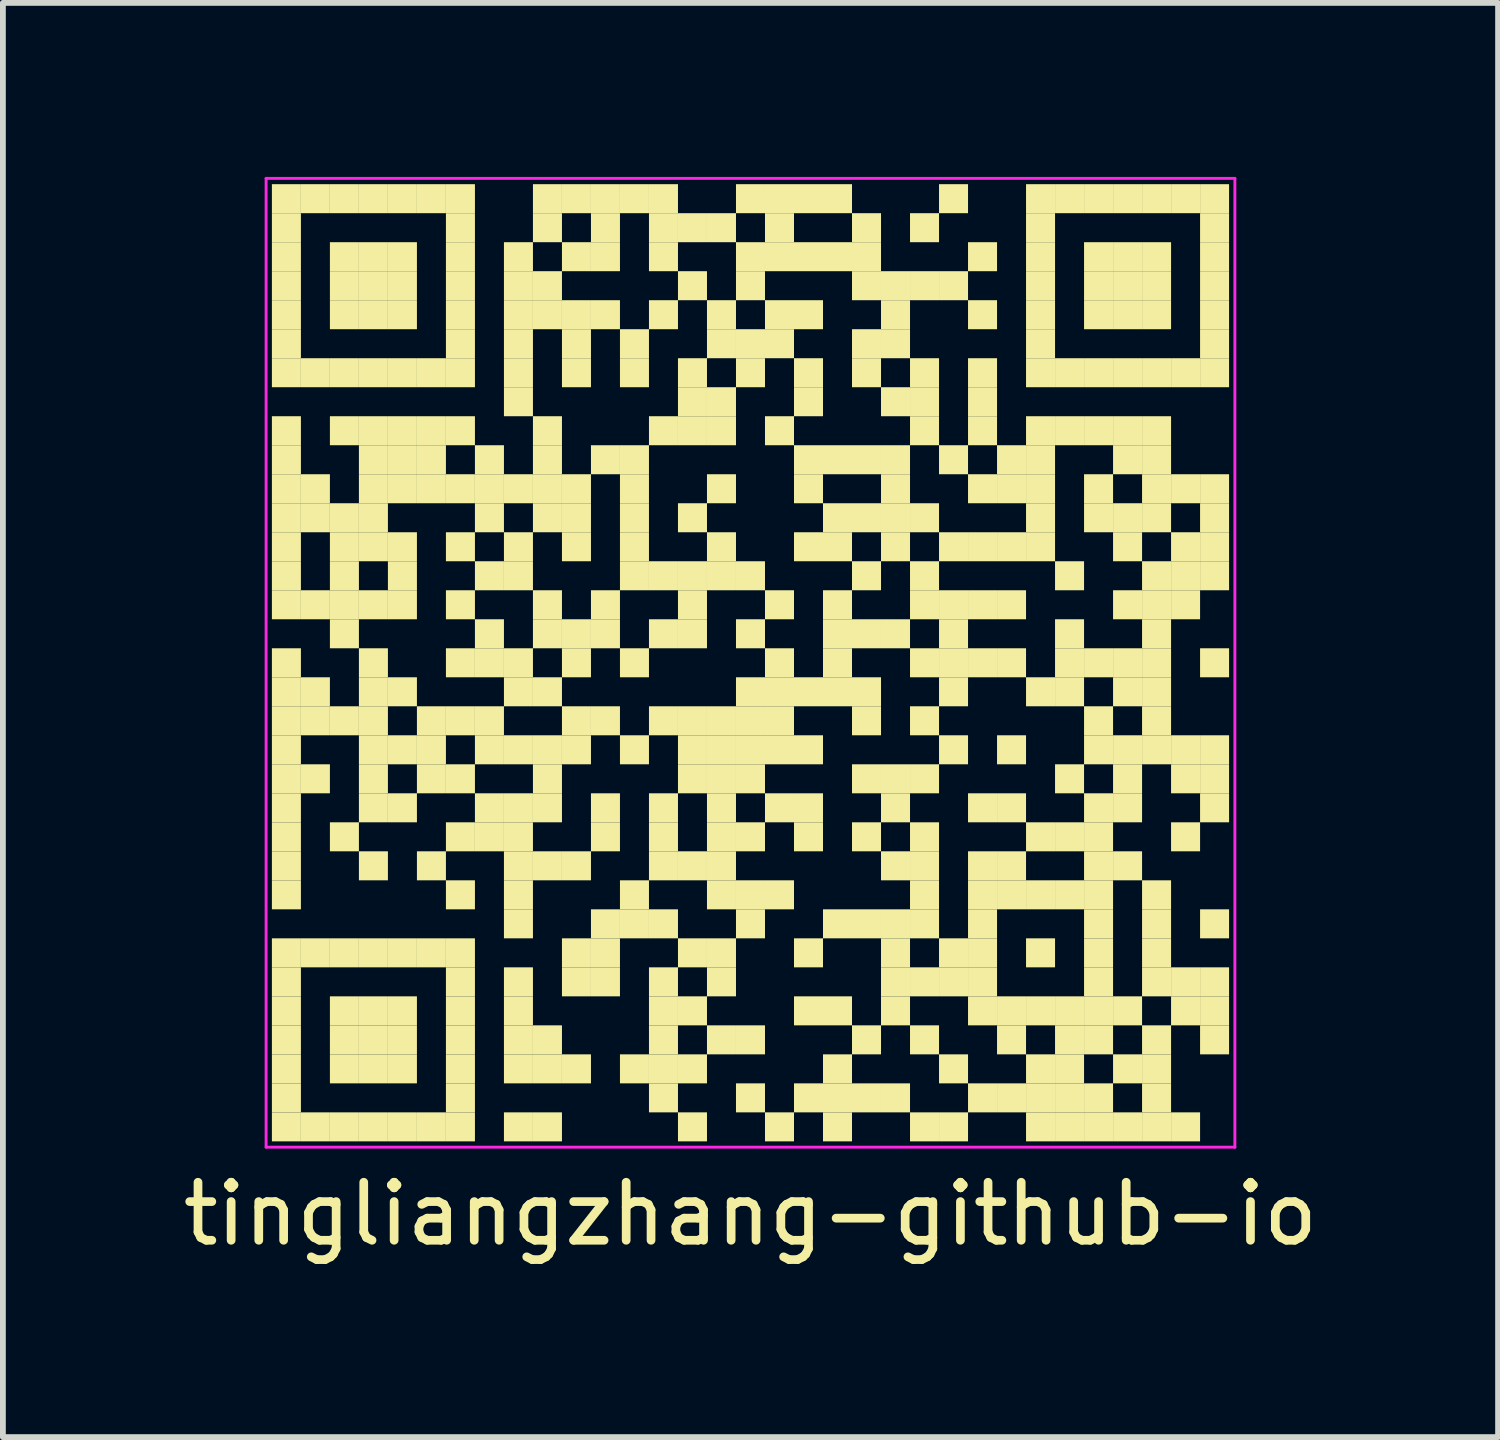
<source format=kicad_pcb>
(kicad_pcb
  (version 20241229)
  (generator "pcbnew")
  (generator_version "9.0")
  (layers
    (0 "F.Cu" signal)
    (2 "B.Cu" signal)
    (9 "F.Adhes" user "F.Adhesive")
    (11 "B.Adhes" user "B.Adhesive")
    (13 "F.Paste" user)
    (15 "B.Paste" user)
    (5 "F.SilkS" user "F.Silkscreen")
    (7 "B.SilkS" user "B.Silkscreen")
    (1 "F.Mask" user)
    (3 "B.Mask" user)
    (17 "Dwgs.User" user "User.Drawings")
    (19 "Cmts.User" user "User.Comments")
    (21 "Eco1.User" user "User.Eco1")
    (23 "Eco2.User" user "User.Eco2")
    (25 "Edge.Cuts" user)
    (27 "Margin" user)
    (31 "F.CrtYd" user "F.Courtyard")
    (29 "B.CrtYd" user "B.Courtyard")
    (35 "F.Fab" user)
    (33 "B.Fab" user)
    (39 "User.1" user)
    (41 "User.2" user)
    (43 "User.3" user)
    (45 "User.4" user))
  (footprint "tingliangzhang-github-io"
    (layer "F.Cu")
    (at 9.887 8.375)
    (property "Reference" "tingliangzhang-github-io" (at 0 9.5 0) (layer "F.SilkS") (effects (font (size 1 1) (thickness 0.15))))
    (attr through_hole)
    (fp_poly (pts (xy -7.75 -7.75) (xy -7.75 -8.25) (xy -8.25 -8.25) (xy -8.25 -7.75)) (stroke (width 0) (type solid)) (fill yes) (layer "F.SilkS"))
    (fp_poly (pts (xy -7.75 -7.25) (xy -7.75 -7.75) (xy -8.25 -7.75) (xy -8.25 -7.25)) (stroke (width 0) (type solid)) (fill yes) (layer "F.SilkS"))
    (fp_poly (pts (xy -7.75 -6.75) (xy -7.75 -7.25) (xy -8.25 -7.25) (xy -8.25 -6.75)) (stroke (width 0) (type solid)) (fill yes) (layer "F.SilkS"))
    (fp_poly (pts (xy -7.75 -6.25) (xy -7.75 -6.75) (xy -8.25 -6.75) (xy -8.25 -6.25)) (stroke (width 0) (type solid)) (fill yes) (layer "F.SilkS"))
    (fp_poly (pts (xy -7.75 -5.75) (xy -7.75 -6.25) (xy -8.25 -6.25) (xy -8.25 -5.75)) (stroke (width 0) (type solid)) (fill yes) (layer "F.SilkS"))
    (fp_poly (pts (xy -7.75 -5.25) (xy -7.75 -5.75) (xy -8.25 -5.75) (xy -8.25 -5.25)) (stroke (width 0) (type solid)) (fill yes) (layer "F.SilkS"))
    (fp_poly (pts (xy -7.75 -4.75) (xy -7.75 -5.25) (xy -8.25 -5.25) (xy -8.25 -4.75)) (stroke (width 0) (type solid)) (fill yes) (layer "F.SilkS"))
    (fp_poly (pts (xy -7.75 -3.75) (xy -7.75 -4.25) (xy -8.25 -4.25) (xy -8.25 -3.75)) (stroke (width 0) (type solid)) (fill yes) (layer "F.SilkS"))
    (fp_poly (pts (xy -7.75 -3.25) (xy -7.75 -3.75) (xy -8.25 -3.75) (xy -8.25 -3.25)) (stroke (width 0) (type solid)) (fill yes) (layer "F.SilkS"))
    (fp_poly (pts (xy -7.75 -2.75) (xy -7.75 -3.25) (xy -8.25 -3.25) (xy -8.25 -2.75)) (stroke (width 0) (type solid)) (fill yes) (layer "F.SilkS"))
    (fp_poly (pts (xy -7.75 -2.25) (xy -7.75 -2.75) (xy -8.25 -2.75) (xy -8.25 -2.25)) (stroke (width 0) (type solid)) (fill yes) (layer "F.SilkS"))
    (fp_poly (pts (xy -7.75 -1.75) (xy -7.75 -2.25) (xy -8.25 -2.25) (xy -8.25 -1.75)) (stroke (width 0) (type solid)) (fill yes) (layer "F.SilkS"))
    (fp_poly (pts (xy -7.75 -1.25) (xy -7.75 -1.75) (xy -8.25 -1.75) (xy -8.25 -1.25)) (stroke (width 0) (type solid)) (fill yes) (layer "F.SilkS"))
    (fp_poly (pts (xy -7.75 -0.75) (xy -7.75 -1.25) (xy -8.25 -1.25) (xy -8.25 -0.75)) (stroke (width 0) (type solid)) (fill yes) (layer "F.SilkS"))
    (fp_poly (pts (xy -7.75 0.25) (xy -7.75 -0.25) (xy -8.25 -0.25) (xy -8.25 0.25)) (stroke (width 0) (type solid)) (fill yes) (layer "F.SilkS"))
    (fp_poly (pts (xy -7.75 0.75) (xy -7.75 0.25) (xy -8.25 0.25) (xy -8.25 0.75)) (stroke (width 0) (type solid)) (fill yes) (layer "F.SilkS"))
    (fp_poly (pts (xy -7.75 1.25) (xy -7.75 0.75) (xy -8.25 0.75) (xy -8.25 1.25)) (stroke (width 0) (type solid)) (fill yes) (layer "F.SilkS"))
    (fp_poly (pts (xy -7.75 1.75) (xy -7.75 1.25) (xy -8.25 1.25) (xy -8.25 1.75)) (stroke (width 0) (type solid)) (fill yes) (layer "F.SilkS"))
    (fp_poly (pts (xy -7.75 2.25) (xy -7.75 1.75) (xy -8.25 1.75) (xy -8.25 2.25)) (stroke (width 0) (type solid)) (fill yes) (layer "F.SilkS"))
    (fp_poly (pts (xy -7.75 2.75) (xy -7.75 2.25) (xy -8.25 2.25) (xy -8.25 2.75)) (stroke (width 0) (type solid)) (fill yes) (layer "F.SilkS"))
    (fp_poly (pts (xy -7.75 3.25) (xy -7.75 2.75) (xy -8.25 2.75) (xy -8.25 3.25)) (stroke (width 0) (type solid)) (fill yes) (layer "F.SilkS"))
    (fp_poly (pts (xy -7.75 3.75) (xy -7.75 3.25) (xy -8.25 3.25) (xy -8.25 3.75)) (stroke (width 0) (type solid)) (fill yes) (layer "F.SilkS"))
    (fp_poly (pts (xy -7.75 4.25) (xy -7.75 3.75) (xy -8.25 3.75) (xy -8.25 4.25)) (stroke (width 0) (type solid)) (fill yes) (layer "F.SilkS"))
    (fp_poly (pts (xy -7.75 5.25) (xy -7.75 4.75) (xy -8.25 4.75) (xy -8.25 5.25)) (stroke (width 0) (type solid)) (fill yes) (layer "F.SilkS"))
    (fp_poly (pts (xy -7.75 5.75) (xy -7.75 5.25) (xy -8.25 5.25) (xy -8.25 5.75)) (stroke (width 0) (type solid)) (fill yes) (layer "F.SilkS"))
    (fp_poly (pts (xy -7.75 6.25) (xy -7.75 5.75) (xy -8.25 5.75) (xy -8.25 6.25)) (stroke (width 0) (type solid)) (fill yes) (layer "F.SilkS"))
    (fp_poly (pts (xy -7.75 6.75) (xy -7.75 6.25) (xy -8.25 6.25) (xy -8.25 6.75)) (stroke (width 0) (type solid)) (fill yes) (layer "F.SilkS"))
    (fp_poly (pts (xy -7.75 7.25) (xy -7.75 6.75) (xy -8.25 6.75) (xy -8.25 7.25)) (stroke (width 0) (type solid)) (fill yes) (layer "F.SilkS"))
    (fp_poly (pts (xy -7.75 7.75) (xy -7.75 7.25) (xy -8.25 7.25) (xy -8.25 7.75)) (stroke (width 0) (type solid)) (fill yes) (layer "F.SilkS"))
    (fp_poly (pts (xy -7.75 8.25) (xy -7.75 7.75) (xy -8.25 7.75) (xy -8.25 8.25)) (stroke (width 0) (type solid)) (fill yes) (layer "F.SilkS"))
    (fp_poly (pts (xy -7.25 -7.75) (xy -7.25 -8.25) (xy -7.75 -8.25) (xy -7.75 -7.75)) (stroke (width 0) (type solid)) (fill yes) (layer "F.SilkS"))
    (fp_poly (pts (xy -7.25 -4.75) (xy -7.25 -5.25) (xy -7.75 -5.25) (xy -7.75 -4.75)) (stroke (width 0) (type solid)) (fill yes) (layer "F.SilkS"))
    (fp_poly (pts (xy -7.25 -2.75) (xy -7.25 -3.25) (xy -7.75 -3.25) (xy -7.75 -2.75)) (stroke (width 0) (type solid)) (fill yes) (layer "F.SilkS"))
    (fp_poly (pts (xy -7.25 -2.25) (xy -7.25 -2.75) (xy -7.75 -2.75) (xy -7.75 -2.25)) (stroke (width 0) (type solid)) (fill yes) (layer "F.SilkS"))
    (fp_poly (pts (xy -7.25 -0.75) (xy -7.25 -1.25) (xy -7.75 -1.25) (xy -7.75 -0.75)) (stroke (width 0) (type solid)) (fill yes) (layer "F.SilkS"))
    (fp_poly (pts (xy -7.25 0.75) (xy -7.25 0.25) (xy -7.75 0.25) (xy -7.75 0.75)) (stroke (width 0) (type solid)) (fill yes) (layer "F.SilkS"))
    (fp_poly (pts (xy -7.25 1.25) (xy -7.25 0.75) (xy -7.75 0.75) (xy -7.75 1.25)) (stroke (width 0) (type solid)) (fill yes) (layer "F.SilkS"))
    (fp_poly (pts (xy -7.25 2.25) (xy -7.25 1.75) (xy -7.75 1.75) (xy -7.75 2.25)) (stroke (width 0) (type solid)) (fill yes) (layer "F.SilkS"))
    (fp_poly (pts (xy -7.25 5.25) (xy -7.25 4.75) (xy -7.75 4.75) (xy -7.75 5.25)) (stroke (width 0) (type solid)) (fill yes) (layer "F.SilkS"))
    (fp_poly (pts (xy -7.25 8.25) (xy -7.25 7.75) (xy -7.75 7.75) (xy -7.75 8.25)) (stroke (width 0) (type solid)) (fill yes) (layer "F.SilkS"))
    (fp_poly (pts (xy -6.75 -7.75) (xy -6.75 -8.25) (xy -7.25 -8.25) (xy -7.25 -7.75)) (stroke (width 0) (type solid)) (fill yes) (layer "F.SilkS"))
    (fp_poly (pts (xy -6.75 -6.75) (xy -6.75 -7.25) (xy -7.25 -7.25) (xy -7.25 -6.75)) (stroke (width 0) (type solid)) (fill yes) (layer "F.SilkS"))
    (fp_poly (pts (xy -6.75 -6.25) (xy -6.75 -6.75) (xy -7.25 -6.75) (xy -7.25 -6.25)) (stroke (width 0) (type solid)) (fill yes) (layer "F.SilkS"))
    (fp_poly (pts (xy -6.75 -5.75) (xy -6.75 -6.25) (xy -7.25 -6.25) (xy -7.25 -5.75)) (stroke (width 0) (type solid)) (fill yes) (layer "F.SilkS"))
    (fp_poly (pts (xy -6.75 -4.75) (xy -6.75 -5.25) (xy -7.25 -5.25) (xy -7.25 -4.75)) (stroke (width 0) (type solid)) (fill yes) (layer "F.SilkS"))
    (fp_poly (pts (xy -6.75 -3.75) (xy -6.75 -4.25) (xy -7.25 -4.25) (xy -7.25 -3.75)) (stroke (width 0) (type solid)) (fill yes) (layer "F.SilkS"))
    (fp_poly (pts (xy -6.75 -2.25) (xy -6.75 -2.75) (xy -7.25 -2.75) (xy -7.25 -2.25)) (stroke (width 0) (type solid)) (fill yes) (layer "F.SilkS"))
    (fp_poly (pts (xy -6.75 -1.75) (xy -6.75 -2.25) (xy -7.25 -2.25) (xy -7.25 -1.75)) (stroke (width 0) (type solid)) (fill yes) (layer "F.SilkS"))
    (fp_poly (pts (xy -6.75 -1.25) (xy -6.75 -1.75) (xy -7.25 -1.75) (xy -7.25 -1.25)) (stroke (width 0) (type solid)) (fill yes) (layer "F.SilkS"))
    (fp_poly (pts (xy -6.75 -0.75) (xy -6.75 -1.25) (xy -7.25 -1.25) (xy -7.25 -0.75)) (stroke (width 0) (type solid)) (fill yes) (layer "F.SilkS"))
    (fp_poly (pts (xy -6.75 -0.25) (xy -6.75 -0.75) (xy -7.25 -0.75) (xy -7.25 -0.25)) (stroke (width 0) (type solid)) (fill yes) (layer "F.SilkS"))
    (fp_poly (pts (xy -6.75 1.25) (xy -6.75 0.75) (xy -7.25 0.75) (xy -7.25 1.25)) (stroke (width 0) (type solid)) (fill yes) (layer "F.SilkS"))
    (fp_poly (pts (xy -6.75 3.25) (xy -6.75 2.75) (xy -7.25 2.75) (xy -7.25 3.25)) (stroke (width 0) (type solid)) (fill yes) (layer "F.SilkS"))
    (fp_poly (pts (xy -6.75 5.25) (xy -6.75 4.75) (xy -7.25 4.75) (xy -7.25 5.25)) (stroke (width 0) (type solid)) (fill yes) (layer "F.SilkS"))
    (fp_poly (pts (xy -6.75 6.25) (xy -6.75 5.75) (xy -7.25 5.75) (xy -7.25 6.25)) (stroke (width 0) (type solid)) (fill yes) (layer "F.SilkS"))
    (fp_poly (pts (xy -6.75 6.75) (xy -6.75 6.25) (xy -7.25 6.25) (xy -7.25 6.75)) (stroke (width 0) (type solid)) (fill yes) (layer "F.SilkS"))
    (fp_poly (pts (xy -6.75 7.25) (xy -6.75 6.75) (xy -7.25 6.75) (xy -7.25 7.25)) (stroke (width 0) (type solid)) (fill yes) (layer "F.SilkS"))
    (fp_poly (pts (xy -6.75 8.25) (xy -6.75 7.75) (xy -7.25 7.75) (xy -7.25 8.25)) (stroke (width 0) (type solid)) (fill yes) (layer "F.SilkS"))
    (fp_poly (pts (xy -6.25 -7.75) (xy -6.25 -8.25) (xy -6.75 -8.25) (xy -6.75 -7.75)) (stroke (width 0) (type solid)) (fill yes) (layer "F.SilkS"))
    (fp_poly (pts (xy -6.25 -6.75) (xy -6.25 -7.25) (xy -6.75 -7.25) (xy -6.75 -6.75)) (stroke (width 0) (type solid)) (fill yes) (layer "F.SilkS"))
    (fp_poly (pts (xy -6.25 -6.25) (xy -6.25 -6.75) (xy -6.75 -6.75) (xy -6.75 -6.25)) (stroke (width 0) (type solid)) (fill yes) (layer "F.SilkS"))
    (fp_poly (pts (xy -6.25 -5.75) (xy -6.25 -6.25) (xy -6.75 -6.25) (xy -6.75 -5.75)) (stroke (width 0) (type solid)) (fill yes) (layer "F.SilkS"))
    (fp_poly (pts (xy -6.25 -4.75) (xy -6.25 -5.25) (xy -6.75 -5.25) (xy -6.75 -4.75)) (stroke (width 0) (type solid)) (fill yes) (layer "F.SilkS"))
    (fp_poly (pts (xy -6.25 -3.75) (xy -6.25 -4.25) (xy -6.75 -4.25) (xy -6.75 -3.75)) (stroke (width 0) (type solid)) (fill yes) (layer "F.SilkS"))
    (fp_poly (pts (xy -6.25 -3.25) (xy -6.25 -3.75) (xy -6.75 -3.75) (xy -6.75 -3.25)) (stroke (width 0) (type solid)) (fill yes) (layer "F.SilkS"))
    (fp_poly (pts (xy -6.25 -2.75) (xy -6.25 -3.25) (xy -6.75 -3.25) (xy -6.75 -2.75)) (stroke (width 0) (type solid)) (fill yes) (layer "F.SilkS"))
    (fp_poly (pts (xy -6.25 -2.25) (xy -6.25 -2.75) (xy -6.75 -2.75) (xy -6.75 -2.25)) (stroke (width 0) (type solid)) (fill yes) (layer "F.SilkS"))
    (fp_poly (pts (xy -6.25 -1.75) (xy -6.25 -2.25) (xy -6.75 -2.25) (xy -6.75 -1.75)) (stroke (width 0) (type solid)) (fill yes) (layer "F.SilkS"))
    (fp_poly (pts (xy -6.25 -0.75) (xy -6.25 -1.25) (xy -6.75 -1.25) (xy -6.75 -0.75)) (stroke (width 0) (type solid)) (fill yes) (layer "F.SilkS"))
    (fp_poly (pts (xy -6.25 0.25) (xy -6.25 -0.25) (xy -6.75 -0.25) (xy -6.75 0.25)) (stroke (width 0) (type solid)) (fill yes) (layer "F.SilkS"))
    (fp_poly (pts (xy -6.25 0.75) (xy -6.25 0.25) (xy -6.75 0.25) (xy -6.75 0.75)) (stroke (width 0) (type solid)) (fill yes) (layer "F.SilkS"))
    (fp_poly (pts (xy -6.25 1.25) (xy -6.25 0.75) (xy -6.75 0.75) (xy -6.75 1.25)) (stroke (width 0) (type solid)) (fill yes) (layer "F.SilkS"))
    (fp_poly (pts (xy -6.25 1.75) (xy -6.25 1.25) (xy -6.75 1.25) (xy -6.75 1.75)) (stroke (width 0) (type solid)) (fill yes) (layer "F.SilkS"))
    (fp_poly (pts (xy -6.25 2.25) (xy -6.25 1.75) (xy -6.75 1.75) (xy -6.75 2.25)) (stroke (width 0) (type solid)) (fill yes) (layer "F.SilkS"))
    (fp_poly (pts (xy -6.25 2.75) (xy -6.25 2.25) (xy -6.75 2.25) (xy -6.75 2.75)) (stroke (width 0) (type solid)) (fill yes) (layer "F.SilkS"))
    (fp_poly (pts (xy -6.25 3.75) (xy -6.25 3.25) (xy -6.75 3.25) (xy -6.75 3.75)) (stroke (width 0) (type solid)) (fill yes) (layer "F.SilkS"))
    (fp_poly (pts (xy -6.25 5.25) (xy -6.25 4.75) (xy -6.75 4.75) (xy -6.75 5.25)) (stroke (width 0) (type solid)) (fill yes) (layer "F.SilkS"))
    (fp_poly (pts (xy -6.25 6.25) (xy -6.25 5.75) (xy -6.75 5.75) (xy -6.75 6.25)) (stroke (width 0) (type solid)) (fill yes) (layer "F.SilkS"))
    (fp_poly (pts (xy -6.25 6.75) (xy -6.25 6.25) (xy -6.75 6.25) (xy -6.75 6.75)) (stroke (width 0) (type solid)) (fill yes) (layer "F.SilkS"))
    (fp_poly (pts (xy -6.25 7.25) (xy -6.25 6.75) (xy -6.75 6.75) (xy -6.75 7.25)) (stroke (width 0) (type solid)) (fill yes) (layer "F.SilkS"))
    (fp_poly (pts (xy -6.25 8.25) (xy -6.25 7.75) (xy -6.75 7.75) (xy -6.75 8.25)) (stroke (width 0) (type solid)) (fill yes) (layer "F.SilkS"))
    (fp_poly (pts (xy -5.75 -7.75) (xy -5.75 -8.25) (xy -6.25 -8.25) (xy -6.25 -7.75)) (stroke (width 0) (type solid)) (fill yes) (layer "F.SilkS"))
    (fp_poly (pts (xy -5.75 -6.75) (xy -5.75 -7.25) (xy -6.25 -7.25) (xy -6.25 -6.75)) (stroke (width 0) (type solid)) (fill yes) (layer "F.SilkS"))
    (fp_poly (pts (xy -5.75 -6.25) (xy -5.75 -6.75) (xy -6.25 -6.75) (xy -6.25 -6.25)) (stroke (width 0) (type solid)) (fill yes) (layer "F.SilkS"))
    (fp_poly (pts (xy -5.75 -5.75) (xy -5.75 -6.25) (xy -6.25 -6.25) (xy -6.25 -5.75)) (stroke (width 0) (type solid)) (fill yes) (layer "F.SilkS"))
    (fp_poly (pts (xy -5.75 -4.75) (xy -5.75 -5.25) (xy -6.25 -5.25) (xy -6.25 -4.75)) (stroke (width 0) (type solid)) (fill yes) (layer "F.SilkS"))
    (fp_poly (pts (xy -5.75 -3.75) (xy -5.75 -4.25) (xy -6.25 -4.25) (xy -6.25 -3.75)) (stroke (width 0) (type solid)) (fill yes) (layer "F.SilkS"))
    (fp_poly (pts (xy -5.75 -3.25) (xy -5.75 -3.75) (xy -6.25 -3.75) (xy -6.25 -3.25)) (stroke (width 0) (type solid)) (fill yes) (layer "F.SilkS"))
    (fp_poly (pts (xy -5.75 -2.75) (xy -5.75 -3.25) (xy -6.25 -3.25) (xy -6.25 -2.75)) (stroke (width 0) (type solid)) (fill yes) (layer "F.SilkS"))
    (fp_poly (pts (xy -5.75 -1.75) (xy -5.75 -2.25) (xy -6.25 -2.25) (xy -6.25 -1.75)) (stroke (width 0) (type solid)) (fill yes) (layer "F.SilkS"))
    (fp_poly (pts (xy -5.75 -1.25) (xy -5.75 -1.75) (xy -6.25 -1.75) (xy -6.25 -1.25)) (stroke (width 0) (type solid)) (fill yes) (layer "F.SilkS"))
    (fp_poly (pts (xy -5.75 -0.75) (xy -5.75 -1.25) (xy -6.25 -1.25) (xy -6.25 -0.75)) (stroke (width 0) (type solid)) (fill yes) (layer "F.SilkS"))
    (fp_poly (pts (xy -5.75 0.75) (xy -5.75 0.25) (xy -6.25 0.25) (xy -6.25 0.75)) (stroke (width 0) (type solid)) (fill yes) (layer "F.SilkS"))
    (fp_poly (pts (xy -5.75 1.75) (xy -5.75 1.25) (xy -6.25 1.25) (xy -6.25 1.75)) (stroke (width 0) (type solid)) (fill yes) (layer "F.SilkS"))
    (fp_poly (pts (xy -5.75 2.75) (xy -5.75 2.25) (xy -6.25 2.25) (xy -6.25 2.75)) (stroke (width 0) (type solid)) (fill yes) (layer "F.SilkS"))
    (fp_poly (pts (xy -5.75 5.25) (xy -5.75 4.75) (xy -6.25 4.75) (xy -6.25 5.25)) (stroke (width 0) (type solid)) (fill yes) (layer "F.SilkS"))
    (fp_poly (pts (xy -5.75 6.25) (xy -5.75 5.75) (xy -6.25 5.75) (xy -6.25 6.25)) (stroke (width 0) (type solid)) (fill yes) (layer "F.SilkS"))
    (fp_poly (pts (xy -5.75 6.75) (xy -5.75 6.25) (xy -6.25 6.25) (xy -6.25 6.75)) (stroke (width 0) (type solid)) (fill yes) (layer "F.SilkS"))
    (fp_poly (pts (xy -5.75 7.25) (xy -5.75 6.75) (xy -6.25 6.75) (xy -6.25 7.25)) (stroke (width 0) (type solid)) (fill yes) (layer "F.SilkS"))
    (fp_poly (pts (xy -5.75 8.25) (xy -5.75 7.75) (xy -6.25 7.75) (xy -6.25 8.25)) (stroke (width 0) (type solid)) (fill yes) (layer "F.SilkS"))
    (fp_poly (pts (xy -5.25 -7.75) (xy -5.25 -8.25) (xy -5.75 -8.25) (xy -5.75 -7.75)) (stroke (width 0) (type solid)) (fill yes) (layer "F.SilkS"))
    (fp_poly (pts (xy -5.25 -4.75) (xy -5.25 -5.25) (xy -5.75 -5.25) (xy -5.75 -4.75)) (stroke (width 0) (type solid)) (fill yes) (layer "F.SilkS"))
    (fp_poly (pts (xy -5.25 -3.75) (xy -5.25 -4.25) (xy -5.75 -4.25) (xy -5.75 -3.75)) (stroke (width 0) (type solid)) (fill yes) (layer "F.SilkS"))
    (fp_poly (pts (xy -5.25 -3.25) (xy -5.25 -3.75) (xy -5.75 -3.75) (xy -5.75 -3.25)) (stroke (width 0) (type solid)) (fill yes) (layer "F.SilkS"))
    (fp_poly (pts (xy -5.25 -2.75) (xy -5.25 -3.25) (xy -5.75 -3.25) (xy -5.75 -2.75)) (stroke (width 0) (type solid)) (fill yes) (layer "F.SilkS"))
    (fp_poly (pts (xy -5.25 1.25) (xy -5.25 0.75) (xy -5.75 0.75) (xy -5.75 1.25)) (stroke (width 0) (type solid)) (fill yes) (layer "F.SilkS"))
    (fp_poly (pts (xy -5.25 1.75) (xy -5.25 1.25) (xy -5.75 1.25) (xy -5.75 1.75)) (stroke (width 0) (type solid)) (fill yes) (layer "F.SilkS"))
    (fp_poly (pts (xy -5.25 2.25) (xy -5.25 1.75) (xy -5.75 1.75) (xy -5.75 2.25)) (stroke (width 0) (type solid)) (fill yes) (layer "F.SilkS"))
    (fp_poly (pts (xy -5.25 3.75) (xy -5.25 3.25) (xy -5.75 3.25) (xy -5.75 3.75)) (stroke (width 0) (type solid)) (fill yes) (layer "F.SilkS"))
    (fp_poly (pts (xy -5.25 5.25) (xy -5.25 4.75) (xy -5.75 4.75) (xy -5.75 5.25)) (stroke (width 0) (type solid)) (fill yes) (layer "F.SilkS"))
    (fp_poly (pts (xy -5.25 8.25) (xy -5.25 7.75) (xy -5.75 7.75) (xy -5.75 8.25)) (stroke (width 0) (type solid)) (fill yes) (layer "F.SilkS"))
    (fp_poly (pts (xy -4.75 -7.75) (xy -4.75 -8.25) (xy -5.25 -8.25) (xy -5.25 -7.75)) (stroke (width 0) (type solid)) (fill yes) (layer "F.SilkS"))
    (fp_poly (pts (xy -4.75 -7.25) (xy -4.75 -7.75) (xy -5.25 -7.75) (xy -5.25 -7.25)) (stroke (width 0) (type solid)) (fill yes) (layer "F.SilkS"))
    (fp_poly (pts (xy -4.75 -6.75) (xy -4.75 -7.25) (xy -5.25 -7.25) (xy -5.25 -6.75)) (stroke (width 0) (type solid)) (fill yes) (layer "F.SilkS"))
    (fp_poly (pts (xy -4.75 -6.25) (xy -4.75 -6.75) (xy -5.25 -6.75) (xy -5.25 -6.25)) (stroke (width 0) (type solid)) (fill yes) (layer "F.SilkS"))
    (fp_poly (pts (xy -4.75 -5.75) (xy -4.75 -6.25) (xy -5.25 -6.25) (xy -5.25 -5.75)) (stroke (width 0) (type solid)) (fill yes) (layer "F.SilkS"))
    (fp_poly (pts (xy -4.75 -5.25) (xy -4.75 -5.75) (xy -5.25 -5.75) (xy -5.25 -5.25)) (stroke (width 0) (type solid)) (fill yes) (layer "F.SilkS"))
    (fp_poly (pts (xy -4.75 -4.75) (xy -4.75 -5.25) (xy -5.25 -5.25) (xy -5.25 -4.75)) (stroke (width 0) (type solid)) (fill yes) (layer "F.SilkS"))
    (fp_poly (pts (xy -4.75 -3.75) (xy -4.75 -4.25) (xy -5.25 -4.25) (xy -5.25 -3.75)) (stroke (width 0) (type solid)) (fill yes) (layer "F.SilkS"))
    (fp_poly (pts (xy -4.75 -2.75) (xy -4.75 -3.25) (xy -5.25 -3.25) (xy -5.25 -2.75)) (stroke (width 0) (type solid)) (fill yes) (layer "F.SilkS"))
    (fp_poly (pts (xy -4.75 -1.75) (xy -4.75 -2.25) (xy -5.25 -2.25) (xy -5.25 -1.75)) (stroke (width 0) (type solid)) (fill yes) (layer "F.SilkS"))
    (fp_poly (pts (xy -4.75 -0.75) (xy -4.75 -1.25) (xy -5.25 -1.25) (xy -5.25 -0.75)) (stroke (width 0) (type solid)) (fill yes) (layer "F.SilkS"))
    (fp_poly (pts (xy -4.75 0.25) (xy -4.75 -0.25) (xy -5.25 -0.25) (xy -5.25 0.25)) (stroke (width 0) (type solid)) (fill yes) (layer "F.SilkS"))
    (fp_poly (pts (xy -4.75 1.25) (xy -4.75 0.75) (xy -5.25 0.75) (xy -5.25 1.25)) (stroke (width 0) (type solid)) (fill yes) (layer "F.SilkS"))
    (fp_poly (pts (xy -4.75 2.25) (xy -4.75 1.75) (xy -5.25 1.75) (xy -5.25 2.25)) (stroke (width 0) (type solid)) (fill yes) (layer "F.SilkS"))
    (fp_poly (pts (xy -4.75 3.25) (xy -4.75 2.75) (xy -5.25 2.75) (xy -5.25 3.25)) (stroke (width 0) (type solid)) (fill yes) (layer "F.SilkS"))
    (fp_poly (pts (xy -4.75 4.25) (xy -4.75 3.75) (xy -5.25 3.75) (xy -5.25 4.25)) (stroke (width 0) (type solid)) (fill yes) (layer "F.SilkS"))
    (fp_poly (pts (xy -4.75 5.25) (xy -4.75 4.75) (xy -5.25 4.75) (xy -5.25 5.25)) (stroke (width 0) (type solid)) (fill yes) (layer "F.SilkS"))
    (fp_poly (pts (xy -4.75 5.75) (xy -4.75 5.25) (xy -5.25 5.25) (xy -5.25 5.75)) (stroke (width 0) (type solid)) (fill yes) (layer "F.SilkS"))
    (fp_poly (pts (xy -4.75 6.25) (xy -4.75 5.75) (xy -5.25 5.75) (xy -5.25 6.25)) (stroke (width 0) (type solid)) (fill yes) (layer "F.SilkS"))
    (fp_poly (pts (xy -4.75 6.75) (xy -4.75 6.25) (xy -5.25 6.25) (xy -5.25 6.75)) (stroke (width 0) (type solid)) (fill yes) (layer "F.SilkS"))
    (fp_poly (pts (xy -4.75 7.25) (xy -4.75 6.75) (xy -5.25 6.75) (xy -5.25 7.25)) (stroke (width 0) (type solid)) (fill yes) (layer "F.SilkS"))
    (fp_poly (pts (xy -4.75 7.75) (xy -4.75 7.25) (xy -5.25 7.25) (xy -5.25 7.75)) (stroke (width 0) (type solid)) (fill yes) (layer "F.SilkS"))
    (fp_poly (pts (xy -4.75 8.25) (xy -4.75 7.75) (xy -5.25 7.75) (xy -5.25 8.25)) (stroke (width 0) (type solid)) (fill yes) (layer "F.SilkS"))
    (fp_poly (pts (xy -4.25 -3.25) (xy -4.25 -3.75) (xy -4.75 -3.75) (xy -4.75 -3.25)) (stroke (width 0) (type solid)) (fill yes) (layer "F.SilkS"))
    (fp_poly (pts (xy -4.25 -2.75) (xy -4.25 -3.25) (xy -4.75 -3.25) (xy -4.75 -2.75)) (stroke (width 0) (type solid)) (fill yes) (layer "F.SilkS"))
    (fp_poly (pts (xy -4.25 -2.25) (xy -4.25 -2.75) (xy -4.75 -2.75) (xy -4.75 -2.25)) (stroke (width 0) (type solid)) (fill yes) (layer "F.SilkS"))
    (fp_poly (pts (xy -4.25 -1.25) (xy -4.25 -1.75) (xy -4.75 -1.75) (xy -4.75 -1.25)) (stroke (width 0) (type solid)) (fill yes) (layer "F.SilkS"))
    (fp_poly (pts (xy -4.25 -0.25) (xy -4.25 -0.75) (xy -4.75 -0.75) (xy -4.75 -0.25)) (stroke (width 0) (type solid)) (fill yes) (layer "F.SilkS"))
    (fp_poly (pts (xy -4.25 0.25) (xy -4.25 -0.25) (xy -4.75 -0.25) (xy -4.75 0.25)) (stroke (width 0) (type solid)) (fill yes) (layer "F.SilkS"))
    (fp_poly (pts (xy -4.25 1.25) (xy -4.25 0.75) (xy -4.75 0.75) (xy -4.75 1.25)) (stroke (width 0) (type solid)) (fill yes) (layer "F.SilkS"))
    (fp_poly (pts (xy -4.25 1.75) (xy -4.25 1.25) (xy -4.75 1.25) (xy -4.75 1.75)) (stroke (width 0) (type solid)) (fill yes) (layer "F.SilkS"))
    (fp_poly (pts (xy -4.25 2.75) (xy -4.25 2.25) (xy -4.75 2.25) (xy -4.75 2.75)) (stroke (width 0) (type solid)) (fill yes) (layer "F.SilkS"))
    (fp_poly (pts (xy -4.25 3.25) (xy -4.25 2.75) (xy -4.75 2.75) (xy -4.75 3.25)) (stroke (width 0) (type solid)) (fill yes) (layer "F.SilkS"))
    (fp_poly (pts (xy -3.75 -6.75) (xy -3.75 -7.25) (xy -4.25 -7.25) (xy -4.25 -6.75)) (stroke (width 0) (type solid)) (fill yes) (layer "F.SilkS"))
    (fp_poly (pts (xy -3.75 -6.25) (xy -3.75 -6.75) (xy -4.25 -6.75) (xy -4.25 -6.25)) (stroke (width 0) (type solid)) (fill yes) (layer "F.SilkS"))
    (fp_poly (pts (xy -3.75 -5.75) (xy -3.75 -6.25) (xy -4.25 -6.25) (xy -4.25 -5.75)) (stroke (width 0) (type solid)) (fill yes) (layer "F.SilkS"))
    (fp_poly (pts (xy -3.75 -5.25) (xy -3.75 -5.75) (xy -4.25 -5.75) (xy -4.25 -5.25)) (stroke (width 0) (type solid)) (fill yes) (layer "F.SilkS"))
    (fp_poly (pts (xy -3.75 -4.75) (xy -3.75 -5.25) (xy -4.25 -5.25) (xy -4.25 -4.75)) (stroke (width 0) (type solid)) (fill yes) (layer "F.SilkS"))
    (fp_poly (pts (xy -3.75 -4.25) (xy -3.75 -4.75) (xy -4.25 -4.75) (xy -4.25 -4.25)) (stroke (width 0) (type solid)) (fill yes) (layer "F.SilkS"))
    (fp_poly (pts (xy -3.75 -2.75) (xy -3.75 -3.25) (xy -4.25 -3.25) (xy -4.25 -2.75)) (stroke (width 0) (type solid)) (fill yes) (layer "F.SilkS"))
    (fp_poly (pts (xy -3.75 -1.75) (xy -3.75 -2.25) (xy -4.25 -2.25) (xy -4.25 -1.75)) (stroke (width 0) (type solid)) (fill yes) (layer "F.SilkS"))
    (fp_poly (pts (xy -3.75 -1.25) (xy -3.75 -1.75) (xy -4.25 -1.75) (xy -4.25 -1.25)) (stroke (width 0) (type solid)) (fill yes) (layer "F.SilkS"))
    (fp_poly (pts (xy -3.75 0.25) (xy -3.75 -0.25) (xy -4.25 -0.25) (xy -4.25 0.25)) (stroke (width 0) (type solid)) (fill yes) (layer "F.SilkS"))
    (fp_poly (pts (xy -3.75 0.75) (xy -3.75 0.25) (xy -4.25 0.25) (xy -4.25 0.75)) (stroke (width 0) (type solid)) (fill yes) (layer "F.SilkS"))
    (fp_poly (pts (xy -3.75 1.75) (xy -3.75 1.25) (xy -4.25 1.25) (xy -4.25 1.75)) (stroke (width 0) (type solid)) (fill yes) (layer "F.SilkS"))
    (fp_poly (pts (xy -3.75 2.75) (xy -3.75 2.25) (xy -4.25 2.25) (xy -4.25 2.75)) (stroke (width 0) (type solid)) (fill yes) (layer "F.SilkS"))
    (fp_poly (pts (xy -3.75 3.25) (xy -3.75 2.75) (xy -4.25 2.75) (xy -4.25 3.25)) (stroke (width 0) (type solid)) (fill yes) (layer "F.SilkS"))
    (fp_poly (pts (xy -3.75 3.75) (xy -3.75 3.25) (xy -4.25 3.25) (xy -4.25 3.75)) (stroke (width 0) (type solid)) (fill yes) (layer "F.SilkS"))
    (fp_poly (pts (xy -3.75 4.25) (xy -3.75 3.75) (xy -4.25 3.75) (xy -4.25 4.25)) (stroke (width 0) (type solid)) (fill yes) (layer "F.SilkS"))
    (fp_poly (pts (xy -3.75 4.75) (xy -3.75 4.25) (xy -4.25 4.25) (xy -4.25 4.75)) (stroke (width 0) (type solid)) (fill yes) (layer "F.SilkS"))
    (fp_poly (pts (xy -3.75 5.75) (xy -3.75 5.25) (xy -4.25 5.25) (xy -4.25 5.75)) (stroke (width 0) (type solid)) (fill yes) (layer "F.SilkS"))
    (fp_poly (pts (xy -3.75 6.25) (xy -3.75 5.75) (xy -4.25 5.75) (xy -4.25 6.25)) (stroke (width 0) (type solid)) (fill yes) (layer "F.SilkS"))
    (fp_poly (pts (xy -3.75 6.75) (xy -3.75 6.25) (xy -4.25 6.25) (xy -4.25 6.75)) (stroke (width 0) (type solid)) (fill yes) (layer "F.SilkS"))
    (fp_poly (pts (xy -3.75 7.25) (xy -3.75 6.75) (xy -4.25 6.75) (xy -4.25 7.25)) (stroke (width 0) (type solid)) (fill yes) (layer "F.SilkS"))
    (fp_poly (pts (xy -3.75 8.25) (xy -3.75 7.75) (xy -4.25 7.75) (xy -4.25 8.25)) (stroke (width 0) (type solid)) (fill yes) (layer "F.SilkS"))
    (fp_poly (pts (xy -3.25 -7.75) (xy -3.25 -8.25) (xy -3.75 -8.25) (xy -3.75 -7.75)) (stroke (width 0) (type solid)) (fill yes) (layer "F.SilkS"))
    (fp_poly (pts (xy -3.25 -7.25) (xy -3.25 -7.75) (xy -3.75 -7.75) (xy -3.75 -7.25)) (stroke (width 0) (type solid)) (fill yes) (layer "F.SilkS"))
    (fp_poly (pts (xy -3.25 -6.25) (xy -3.25 -6.75) (xy -3.75 -6.75) (xy -3.75 -6.25)) (stroke (width 0) (type solid)) (fill yes) (layer "F.SilkS"))
    (fp_poly (pts (xy -3.25 -5.75) (xy -3.25 -6.25) (xy -3.75 -6.25) (xy -3.75 -5.75)) (stroke (width 0) (type solid)) (fill yes) (layer "F.SilkS"))
    (fp_poly (pts (xy -3.25 -3.75) (xy -3.25 -4.25) (xy -3.75 -4.25) (xy -3.75 -3.75)) (stroke (width 0) (type solid)) (fill yes) (layer "F.SilkS"))
    (fp_poly (pts (xy -3.25 -3.25) (xy -3.25 -3.75) (xy -3.75 -3.75) (xy -3.75 -3.25)) (stroke (width 0) (type solid)) (fill yes) (layer "F.SilkS"))
    (fp_poly (pts (xy -3.25 -2.75) (xy -3.25 -3.25) (xy -3.75 -3.25) (xy -3.75 -2.75)) (stroke (width 0) (type solid)) (fill yes) (layer "F.SilkS"))
    (fp_poly (pts (xy -3.25 -2.25) (xy -3.25 -2.75) (xy -3.75 -2.75) (xy -3.75 -2.25)) (stroke (width 0) (type solid)) (fill yes) (layer "F.SilkS"))
    (fp_poly (pts (xy -3.25 -0.75) (xy -3.25 -1.25) (xy -3.75 -1.25) (xy -3.75 -0.75)) (stroke (width 0) (type solid)) (fill yes) (layer "F.SilkS"))
    (fp_poly (pts (xy -3.25 -0.25) (xy -3.25 -0.75) (xy -3.75 -0.75) (xy -3.75 -0.25)) (stroke (width 0) (type solid)) (fill yes) (layer "F.SilkS"))
    (fp_poly (pts (xy -3.25 0.75) (xy -3.25 0.25) (xy -3.75 0.25) (xy -3.75 0.75)) (stroke (width 0) (type solid)) (fill yes) (layer "F.SilkS"))
    (fp_poly (pts (xy -3.25 1.75) (xy -3.25 1.25) (xy -3.75 1.25) (xy -3.75 1.75)) (stroke (width 0) (type solid)) (fill yes) (layer "F.SilkS"))
    (fp_poly (pts (xy -3.25 2.25) (xy -3.25 1.75) (xy -3.75 1.75) (xy -3.75 2.25)) (stroke (width 0) (type solid)) (fill yes) (layer "F.SilkS"))
    (fp_poly (pts (xy -3.25 2.75) (xy -3.25 2.25) (xy -3.75 2.25) (xy -3.75 2.75)) (stroke (width 0) (type solid)) (fill yes) (layer "F.SilkS"))
    (fp_poly (pts (xy -3.25 3.75) (xy -3.25 3.25) (xy -3.75 3.25) (xy -3.75 3.75)) (stroke (width 0) (type solid)) (fill yes) (layer "F.SilkS"))
    (fp_poly (pts (xy -3.25 6.75) (xy -3.25 6.25) (xy -3.75 6.25) (xy -3.75 6.75)) (stroke (width 0) (type solid)) (fill yes) (layer "F.SilkS"))
    (fp_poly (pts (xy -3.25 7.25) (xy -3.25 6.75) (xy -3.75 6.75) (xy -3.75 7.25)) (stroke (width 0) (type solid)) (fill yes) (layer "F.SilkS"))
    (fp_poly (pts (xy -3.25 8.25) (xy -3.25 7.75) (xy -3.75 7.75) (xy -3.75 8.25)) (stroke (width 0) (type solid)) (fill yes) (layer "F.SilkS"))
    (fp_poly (pts (xy -2.75 -7.75) (xy -2.75 -8.25) (xy -3.25 -8.25) (xy -3.25 -7.75)) (stroke (width 0) (type solid)) (fill yes) (layer "F.SilkS"))
    (fp_poly (pts (xy -2.75 -6.75) (xy -2.75 -7.25) (xy -3.25 -7.25) (xy -3.25 -6.75)) (stroke (width 0) (type solid)) (fill yes) (layer "F.SilkS"))
    (fp_poly (pts (xy -2.75 -5.75) (xy -2.75 -6.25) (xy -3.25 -6.25) (xy -3.25 -5.75)) (stroke (width 0) (type solid)) (fill yes) (layer "F.SilkS"))
    (fp_poly (pts (xy -2.75 -5.25) (xy -2.75 -5.75) (xy -3.25 -5.75) (xy -3.25 -5.25)) (stroke (width 0) (type solid)) (fill yes) (layer "F.SilkS"))
    (fp_poly (pts (xy -2.75 -4.75) (xy -2.75 -5.25) (xy -3.25 -5.25) (xy -3.25 -4.75)) (stroke (width 0) (type solid)) (fill yes) (layer "F.SilkS"))
    (fp_poly (pts (xy -2.75 -2.75) (xy -2.75 -3.25) (xy -3.25 -3.25) (xy -3.25 -2.75)) (stroke (width 0) (type solid)) (fill yes) (layer "F.SilkS"))
    (fp_poly (pts (xy -2.75 -2.25) (xy -2.75 -2.75) (xy -3.25 -2.75) (xy -3.25 -2.25)) (stroke (width 0) (type solid)) (fill yes) (layer "F.SilkS"))
    (fp_poly (pts (xy -2.75 -1.75) (xy -2.75 -2.25) (xy -3.25 -2.25) (xy -3.25 -1.75)) (stroke (width 0) (type solid)) (fill yes) (layer "F.SilkS"))
    (fp_poly (pts (xy -2.75 -0.25) (xy -2.75 -0.75) (xy -3.25 -0.75) (xy -3.25 -0.25)) (stroke (width 0) (type solid)) (fill yes) (layer "F.SilkS"))
    (fp_poly (pts (xy -2.75 0.25) (xy -2.75 -0.25) (xy -3.25 -0.25) (xy -3.25 0.25)) (stroke (width 0) (type solid)) (fill yes) (layer "F.SilkS"))
    (fp_poly (pts (xy -2.75 1.25) (xy -2.75 0.75) (xy -3.25 0.75) (xy -3.25 1.25)) (stroke (width 0) (type solid)) (fill yes) (layer "F.SilkS"))
    (fp_poly (pts (xy -2.75 1.75) (xy -2.75 1.25) (xy -3.25 1.25) (xy -3.25 1.75)) (stroke (width 0) (type solid)) (fill yes) (layer "F.SilkS"))
    (fp_poly (pts (xy -2.75 3.75) (xy -2.75 3.25) (xy -3.25 3.25) (xy -3.25 3.75)) (stroke (width 0) (type solid)) (fill yes) (layer "F.SilkS"))
    (fp_poly (pts (xy -2.75 5.25) (xy -2.75 4.75) (xy -3.25 4.75) (xy -3.25 5.25)) (stroke (width 0) (type solid)) (fill yes) (layer "F.SilkS"))
    (fp_poly (pts (xy -2.75 5.75) (xy -2.75 5.25) (xy -3.25 5.25) (xy -3.25 5.75)) (stroke (width 0) (type solid)) (fill yes) (layer "F.SilkS"))
    (fp_poly (pts (xy -2.75 7.25) (xy -2.75 6.75) (xy -3.25 6.75) (xy -3.25 7.25)) (stroke (width 0) (type solid)) (fill yes) (layer "F.SilkS"))
    (fp_poly (pts (xy -2.25 -7.75) (xy -2.25 -8.25) (xy -2.75 -8.25) (xy -2.75 -7.75)) (stroke (width 0) (type solid)) (fill yes) (layer "F.SilkS"))
    (fp_poly (pts (xy -2.25 -7.25) (xy -2.25 -7.75) (xy -2.75 -7.75) (xy -2.75 -7.25)) (stroke (width 0) (type solid)) (fill yes) (layer "F.SilkS"))
    (fp_poly (pts (xy -2.25 -6.75) (xy -2.25 -7.25) (xy -2.75 -7.25) (xy -2.75 -6.75)) (stroke (width 0) (type solid)) (fill yes) (layer "F.SilkS"))
    (fp_poly (pts (xy -2.25 -5.75) (xy -2.25 -6.25) (xy -2.75 -6.25) (xy -2.75 -5.75)) (stroke (width 0) (type solid)) (fill yes) (layer "F.SilkS"))
    (fp_poly (pts (xy -2.25 -3.25) (xy -2.25 -3.75) (xy -2.75 -3.75) (xy -2.75 -3.25)) (stroke (width 0) (type solid)) (fill yes) (layer "F.SilkS"))
    (fp_poly (pts (xy -2.25 -0.75) (xy -2.25 -1.25) (xy -2.75 -1.25) (xy -2.75 -0.75)) (stroke (width 0) (type solid)) (fill yes) (layer "F.SilkS"))
    (fp_poly (pts (xy -2.25 -0.25) (xy -2.25 -0.75) (xy -2.75 -0.75) (xy -2.75 -0.25)) (stroke (width 0) (type solid)) (fill yes) (layer "F.SilkS"))
    (fp_poly (pts (xy -2.25 1.25) (xy -2.25 0.75) (xy -2.75 0.75) (xy -2.75 1.25)) (stroke (width 0) (type solid)) (fill yes) (layer "F.SilkS"))
    (fp_poly (pts (xy -2.25 2.75) (xy -2.25 2.25) (xy -2.75 2.25) (xy -2.75 2.75)) (stroke (width 0) (type solid)) (fill yes) (layer "F.SilkS"))
    (fp_poly (pts (xy -2.25 3.25) (xy -2.25 2.75) (xy -2.75 2.75) (xy -2.75 3.25)) (stroke (width 0) (type solid)) (fill yes) (layer "F.SilkS"))
    (fp_poly (pts (xy -2.25 4.75) (xy -2.25 4.25) (xy -2.75 4.25) (xy -2.75 4.75)) (stroke (width 0) (type solid)) (fill yes) (layer "F.SilkS"))
    (fp_poly (pts (xy -2.25 5.25) (xy -2.25 4.75) (xy -2.75 4.75) (xy -2.75 5.25)) (stroke (width 0) (type solid)) (fill yes) (layer "F.SilkS"))
    (fp_poly (pts (xy -2.25 5.75) (xy -2.25 5.25) (xy -2.75 5.25) (xy -2.75 5.75)) (stroke (width 0) (type solid)) (fill yes) (layer "F.SilkS"))
    (fp_poly (pts (xy -1.75 -7.75) (xy -1.75 -8.25) (xy -2.25 -8.25) (xy -2.25 -7.75)) (stroke (width 0) (type solid)) (fill yes) (layer "F.SilkS"))
    (fp_poly (pts (xy -1.75 -5.25) (xy -1.75 -5.75) (xy -2.25 -5.75) (xy -2.25 -5.25)) (stroke (width 0) (type solid)) (fill yes) (layer "F.SilkS"))
    (fp_poly (pts (xy -1.75 -4.75) (xy -1.75 -5.25) (xy -2.25 -5.25) (xy -2.25 -4.75)) (stroke (width 0) (type solid)) (fill yes) (layer "F.SilkS"))
    (fp_poly (pts (xy -1.75 -3.25) (xy -1.75 -3.75) (xy -2.25 -3.75) (xy -2.25 -3.25)) (stroke (width 0) (type solid)) (fill yes) (layer "F.SilkS"))
    (fp_poly (pts (xy -1.75 -2.75) (xy -1.75 -3.25) (xy -2.25 -3.25) (xy -2.25 -2.75)) (stroke (width 0) (type solid)) (fill yes) (layer "F.SilkS"))
    (fp_poly (pts (xy -1.75 -2.25) (xy -1.75 -2.75) (xy -2.25 -2.75) (xy -2.25 -2.25)) (stroke (width 0) (type solid)) (fill yes) (layer "F.SilkS"))
    (fp_poly (pts (xy -1.75 -1.75) (xy -1.75 -2.25) (xy -2.25 -2.25) (xy -2.25 -1.75)) (stroke (width 0) (type solid)) (fill yes) (layer "F.SilkS"))
    (fp_poly (pts (xy -1.75 -1.25) (xy -1.75 -1.75) (xy -2.25 -1.75) (xy -2.25 -1.25)) (stroke (width 0) (type solid)) (fill yes) (layer "F.SilkS"))
    (fp_poly (pts (xy -1.75 0.25) (xy -1.75 -0.25) (xy -2.25 -0.25) (xy -2.25 0.25)) (stroke (width 0) (type solid)) (fill yes) (layer "F.SilkS"))
    (fp_poly (pts (xy -1.75 1.75) (xy -1.75 1.25) (xy -2.25 1.25) (xy -2.25 1.75)) (stroke (width 0) (type solid)) (fill yes) (layer "F.SilkS"))
    (fp_poly (pts (xy -1.75 4.25) (xy -1.75 3.75) (xy -2.25 3.75) (xy -2.25 4.25)) (stroke (width 0) (type solid)) (fill yes) (layer "F.SilkS"))
    (fp_poly (pts (xy -1.75 4.75) (xy -1.75 4.25) (xy -2.25 4.25) (xy -2.25 4.75)) (stroke (width 0) (type solid)) (fill yes) (layer "F.SilkS"))
    (fp_poly (pts (xy -1.75 7.25) (xy -1.75 6.75) (xy -2.25 6.75) (xy -2.25 7.25)) (stroke (width 0) (type solid)) (fill yes) (layer "F.SilkS"))
    (fp_poly (pts (xy -1.25 -7.75) (xy -1.25 -8.25) (xy -1.75 -8.25) (xy -1.75 -7.75)) (stroke (width 0) (type solid)) (fill yes) (layer "F.SilkS"))
    (fp_poly (pts (xy -1.25 -7.25) (xy -1.25 -7.75) (xy -1.75 -7.75) (xy -1.75 -7.25)) (stroke (width 0) (type solid)) (fill yes) (layer "F.SilkS"))
    (fp_poly (pts (xy -1.25 -6.75) (xy -1.25 -7.25) (xy -1.75 -7.25) (xy -1.75 -6.75)) (stroke (width 0) (type solid)) (fill yes) (layer "F.SilkS"))
    (fp_poly (pts (xy -1.25 -5.75) (xy -1.25 -6.25) (xy -1.75 -6.25) (xy -1.75 -5.75)) (stroke (width 0) (type solid)) (fill yes) (layer "F.SilkS"))
    (fp_poly (pts (xy -1.25 -3.75) (xy -1.25 -4.25) (xy -1.75 -4.25) (xy -1.75 -3.75)) (stroke (width 0) (type solid)) (fill yes) (layer "F.SilkS"))
    (fp_poly (pts (xy -1.25 -1.25) (xy -1.25 -1.75) (xy -1.75 -1.75) (xy -1.75 -1.25)) (stroke (width 0) (type solid)) (fill yes) (layer "F.SilkS"))
    (fp_poly (pts (xy -1.25 -0.25) (xy -1.25 -0.75) (xy -1.75 -0.75) (xy -1.75 -0.25)) (stroke (width 0) (type solid)) (fill yes) (layer "F.SilkS"))
    (fp_poly (pts (xy -1.25 1.25) (xy -1.25 0.75) (xy -1.75 0.75) (xy -1.75 1.25)) (stroke (width 0) (type solid)) (fill yes) (layer "F.SilkS"))
    (fp_poly (pts (xy -1.25 2.75) (xy -1.25 2.25) (xy -1.75 2.25) (xy -1.75 2.75)) (stroke (width 0) (type solid)) (fill yes) (layer "F.SilkS"))
    (fp_poly (pts (xy -1.25 3.25) (xy -1.25 2.75) (xy -1.75 2.75) (xy -1.75 3.25)) (stroke (width 0) (type solid)) (fill yes) (layer "F.SilkS"))
    (fp_poly (pts (xy -1.25 3.75) (xy -1.25 3.25) (xy -1.75 3.25) (xy -1.75 3.75)) (stroke (width 0) (type solid)) (fill yes) (layer "F.SilkS"))
    (fp_poly (pts (xy -1.25 4.75) (xy -1.25 4.25) (xy -1.75 4.25) (xy -1.75 4.75)) (stroke (width 0) (type solid)) (fill yes) (layer "F.SilkS"))
    (fp_poly (pts (xy -1.25 5.75) (xy -1.25 5.25) (xy -1.75 5.25) (xy -1.75 5.75)) (stroke (width 0) (type solid)) (fill yes) (layer "F.SilkS"))
    (fp_poly (pts (xy -1.25 6.25) (xy -1.25 5.75) (xy -1.75 5.75) (xy -1.75 6.25)) (stroke (width 0) (type solid)) (fill yes) (layer "F.SilkS"))
    (fp_poly (pts (xy -1.25 6.75) (xy -1.25 6.25) (xy -1.75 6.25) (xy -1.75 6.75)) (stroke (width 0) (type solid)) (fill yes) (layer "F.SilkS"))
    (fp_poly (pts (xy -1.25 7.25) (xy -1.25 6.75) (xy -1.75 6.75) (xy -1.75 7.25)) (stroke (width 0) (type solid)) (fill yes) (layer "F.SilkS"))
    (fp_poly (pts (xy -1.25 7.75) (xy -1.25 7.25) (xy -1.75 7.25) (xy -1.75 7.75)) (stroke (width 0) (type solid)) (fill yes) (layer "F.SilkS"))
    (fp_poly (pts (xy -0.75 -7.25) (xy -0.75 -7.75) (xy -1.25 -7.75) (xy -1.25 -7.25)) (stroke (width 0) (type solid)) (fill yes) (layer "F.SilkS"))
    (fp_poly (pts (xy -0.75 -6.25) (xy -0.75 -6.75) (xy -1.25 -6.75) (xy -1.25 -6.25)) (stroke (width 0) (type solid)) (fill yes) (layer "F.SilkS"))
    (fp_poly (pts (xy -0.75 -4.75) (xy -0.75 -5.25) (xy -1.25 -5.25) (xy -1.25 -4.75)) (stroke (width 0) (type solid)) (fill yes) (layer "F.SilkS"))
    (fp_poly (pts (xy -0.75 -4.25) (xy -0.75 -4.75) (xy -1.25 -4.75) (xy -1.25 -4.25)) (stroke (width 0) (type solid)) (fill yes) (layer "F.SilkS"))
    (fp_poly (pts (xy -0.75 -3.75) (xy -0.75 -4.25) (xy -1.25 -4.25) (xy -1.25 -3.75)) (stroke (width 0) (type solid)) (fill yes) (layer "F.SilkS"))
    (fp_poly (pts (xy -0.75 -2.25) (xy -0.75 -2.75) (xy -1.25 -2.75) (xy -1.25 -2.25)) (stroke (width 0) (type solid)) (fill yes) (layer "F.SilkS"))
    (fp_poly (pts (xy -0.75 -1.25) (xy -0.75 -1.75) (xy -1.25 -1.75) (xy -1.25 -1.25)) (stroke (width 0) (type solid)) (fill yes) (layer "F.SilkS"))
    (fp_poly (pts (xy -0.75 -0.75) (xy -0.75 -1.25) (xy -1.25 -1.25) (xy -1.25 -0.75)) (stroke (width 0) (type solid)) (fill yes) (layer "F.SilkS"))
    (fp_poly (pts (xy -0.75 -0.25) (xy -0.75 -0.75) (xy -1.25 -0.75) (xy -1.25 -0.25)) (stroke (width 0) (type solid)) (fill yes) (layer "F.SilkS"))
    (fp_poly (pts (xy -0.75 1.25) (xy -0.75 0.75) (xy -1.25 0.75) (xy -1.25 1.25)) (stroke (width 0) (type solid)) (fill yes) (layer "F.SilkS"))
    (fp_poly (pts (xy -0.75 1.75) (xy -0.75 1.25) (xy -1.25 1.25) (xy -1.25 1.75)) (stroke (width 0) (type solid)) (fill yes) (layer "F.SilkS"))
    (fp_poly (pts (xy -0.75 2.25) (xy -0.75 1.75) (xy -1.25 1.75) (xy -1.25 2.25)) (stroke (width 0) (type solid)) (fill yes) (layer "F.SilkS"))
    (fp_poly (pts (xy -0.75 3.75) (xy -0.75 3.25) (xy -1.25 3.25) (xy -1.25 3.75)) (stroke (width 0) (type solid)) (fill yes) (layer "F.SilkS"))
    (fp_poly (pts (xy -0.75 5.25) (xy -0.75 4.75) (xy -1.25 4.75) (xy -1.25 5.25)) (stroke (width 0) (type solid)) (fill yes) (layer "F.SilkS"))
    (fp_poly (pts (xy -0.75 6.25) (xy -0.75 5.75) (xy -1.25 5.75) (xy -1.25 6.25)) (stroke (width 0) (type solid)) (fill yes) (layer "F.SilkS"))
    (fp_poly (pts (xy -0.75 7.25) (xy -0.75 6.75) (xy -1.25 6.75) (xy -1.25 7.25)) (stroke (width 0) (type solid)) (fill yes) (layer "F.SilkS"))
    (fp_poly (pts (xy -0.75 8.25) (xy -0.75 7.75) (xy -1.25 7.75) (xy -1.25 8.25)) (stroke (width 0) (type solid)) (fill yes) (layer "F.SilkS"))
    (fp_poly (pts (xy -0.25 -7.25) (xy -0.25 -7.75) (xy -0.75 -7.75) (xy -0.75 -7.25)) (stroke (width 0) (type solid)) (fill yes) (layer "F.SilkS"))
    (fp_poly (pts (xy -0.25 -5.75) (xy -0.25 -6.25) (xy -0.75 -6.25) (xy -0.75 -5.75)) (stroke (width 0) (type solid)) (fill yes) (layer "F.SilkS"))
    (fp_poly (pts (xy -0.25 -5.25) (xy -0.25 -5.75) (xy -0.75 -5.75) (xy -0.75 -5.25)) (stroke (width 0) (type solid)) (fill yes) (layer "F.SilkS"))
    (fp_poly (pts (xy -0.25 -4.25) (xy -0.25 -4.75) (xy -0.75 -4.75) (xy -0.75 -4.25)) (stroke (width 0) (type solid)) (fill yes) (layer "F.SilkS"))
    (fp_poly (pts (xy -0.25 -3.75) (xy -0.25 -4.25) (xy -0.75 -4.25) (xy -0.75 -3.75)) (stroke (width 0) (type solid)) (fill yes) (layer "F.SilkS"))
    (fp_poly (pts (xy -0.25 -2.75) (xy -0.25 -3.25) (xy -0.75 -3.25) (xy -0.75 -2.75)) (stroke (width 0) (type solid)) (fill yes) (layer "F.SilkS"))
    (fp_poly (pts (xy -0.25 -1.75) (xy -0.25 -2.25) (xy -0.75 -2.25) (xy -0.75 -1.75)) (stroke (width 0) (type solid)) (fill yes) (layer "F.SilkS"))
    (fp_poly (pts (xy -0.25 -1.25) (xy -0.25 -1.75) (xy -0.75 -1.75) (xy -0.75 -1.25)) (stroke (width 0) (type solid)) (fill yes) (layer "F.SilkS"))
    (fp_poly (pts (xy -0.25 1.25) (xy -0.25 0.75) (xy -0.75 0.75) (xy -0.75 1.25)) (stroke (width 0) (type solid)) (fill yes) (layer "F.SilkS"))
    (fp_poly (pts (xy -0.25 1.75) (xy -0.25 1.25) (xy -0.75 1.25) (xy -0.75 1.75)) (stroke (width 0) (type solid)) (fill yes) (layer "F.SilkS"))
    (fp_poly (pts (xy -0.25 2.25) (xy -0.25 1.75) (xy -0.75 1.75) (xy -0.75 2.25)) (stroke (width 0) (type solid)) (fill yes) (layer "F.SilkS"))
    (fp_poly (pts (xy -0.25 2.75) (xy -0.25 2.25) (xy -0.75 2.25) (xy -0.75 2.75)) (stroke (width 0) (type solid)) (fill yes) (layer "F.SilkS"))
    (fp_poly (pts (xy -0.25 3.25) (xy -0.25 2.75) (xy -0.75 2.75) (xy -0.75 3.25)) (stroke (width 0) (type solid)) (fill yes) (layer "F.SilkS"))
    (fp_poly (pts (xy -0.25 3.75) (xy -0.25 3.25) (xy -0.75 3.25) (xy -0.75 3.75)) (stroke (width 0) (type solid)) (fill yes) (layer "F.SilkS"))
    (fp_poly (pts (xy -0.25 4.25) (xy -0.25 3.75) (xy -0.75 3.75) (xy -0.75 4.25)) (stroke (width 0) (type solid)) (fill yes) (layer "F.SilkS"))
    (fp_poly (pts (xy -0.25 5.25) (xy -0.25 4.75) (xy -0.75 4.75) (xy -0.75 5.25)) (stroke (width 0) (type solid)) (fill yes) (layer "F.SilkS"))
    (fp_poly (pts (xy -0.25 5.75) (xy -0.25 5.25) (xy -0.75 5.25) (xy -0.75 5.75)) (stroke (width 0) (type solid)) (fill yes) (layer "F.SilkS"))
    (fp_poly (pts (xy -0.25 6.75) (xy -0.25 6.25) (xy -0.75 6.25) (xy -0.75 6.75)) (stroke (width 0) (type solid)) (fill yes) (layer "F.SilkS"))
    (fp_poly (pts (xy 0.25 -7.75) (xy 0.25 -8.25) (xy -0.25 -8.25) (xy -0.25 -7.75)) (stroke (width 0) (type solid)) (fill yes) (layer "F.SilkS"))
    (fp_poly (pts (xy 0.25 -6.75) (xy 0.25 -7.25) (xy -0.25 -7.25) (xy -0.25 -6.75)) (stroke (width 0) (type solid)) (fill yes) (layer "F.SilkS"))
    (fp_poly (pts (xy 0.25 -6.25) (xy 0.25 -6.75) (xy -0.25 -6.75) (xy -0.25 -6.25)) (stroke (width 0) (type solid)) (fill yes) (layer "F.SilkS"))
    (fp_poly (pts (xy 0.25 -5.25) (xy 0.25 -5.75) (xy -0.25 -5.75) (xy -0.25 -5.25)) (stroke (width 0) (type solid)) (fill yes) (layer "F.SilkS"))
    (fp_poly (pts (xy 0.25 -4.75) (xy 0.25 -5.25) (xy -0.25 -5.25) (xy -0.25 -4.75)) (stroke (width 0) (type solid)) (fill yes) (layer "F.SilkS"))
    (fp_poly (pts (xy 0.25 -1.25) (xy 0.25 -1.75) (xy -0.25 -1.75) (xy -0.25 -1.25)) (stroke (width 0) (type solid)) (fill yes) (layer "F.SilkS"))
    (fp_poly (pts (xy 0.25 -0.25) (xy 0.25 -0.75) (xy -0.25 -0.75) (xy -0.25 -0.25)) (stroke (width 0) (type solid)) (fill yes) (layer "F.SilkS"))
    (fp_poly (pts (xy 0.25 0.75) (xy 0.25 0.25) (xy -0.25 0.25) (xy -0.25 0.75)) (stroke (width 0) (type solid)) (fill yes) (layer "F.SilkS"))
    (fp_poly (pts (xy 0.25 1.25) (xy 0.25 0.75) (xy -0.25 0.75) (xy -0.25 1.25)) (stroke (width 0) (type solid)) (fill yes) (layer "F.SilkS"))
    (fp_poly (pts (xy 0.25 1.75) (xy 0.25 1.25) (xy -0.25 1.25) (xy -0.25 1.75)) (stroke (width 0) (type solid)) (fill yes) (layer "F.SilkS"))
    (fp_poly (pts (xy 0.25 2.25) (xy 0.25 1.75) (xy -0.25 1.75) (xy -0.25 2.25)) (stroke (width 0) (type solid)) (fill yes) (layer "F.SilkS"))
    (fp_poly (pts (xy 0.25 3.25) (xy 0.25 2.75) (xy -0.25 2.75) (xy -0.25 3.25)) (stroke (width 0) (type solid)) (fill yes) (layer "F.SilkS"))
    (fp_poly (pts (xy 0.25 4.25) (xy 0.25 3.75) (xy -0.25 3.75) (xy -0.25 4.25)) (stroke (width 0) (type solid)) (fill yes) (layer "F.SilkS"))
    (fp_poly (pts (xy 0.25 4.75) (xy 0.25 4.25) (xy -0.25 4.25) (xy -0.25 4.75)) (stroke (width 0) (type solid)) (fill yes) (layer "F.SilkS"))
    (fp_poly (pts (xy 0.25 6.75) (xy 0.25 6.25) (xy -0.25 6.25) (xy -0.25 6.75)) (stroke (width 0) (type solid)) (fill yes) (layer "F.SilkS"))
    (fp_poly (pts (xy 0.25 7.75) (xy 0.25 7.25) (xy -0.25 7.25) (xy -0.25 7.75)) (stroke (width 0) (type solid)) (fill yes) (layer "F.SilkS"))
    (fp_poly (pts (xy 0.75 -7.75) (xy 0.75 -8.25) (xy 0.25 -8.25) (xy 0.25 -7.75)) (stroke (width 0) (type solid)) (fill yes) (layer "F.SilkS"))
    (fp_poly (pts (xy 0.75 -7.25) (xy 0.75 -7.75) (xy 0.25 -7.75) (xy 0.25 -7.25)) (stroke (width 0) (type solid)) (fill yes) (layer "F.SilkS"))
    (fp_poly (pts (xy 0.75 -6.75) (xy 0.75 -7.25) (xy 0.25 -7.25) (xy 0.25 -6.75)) (stroke (width 0) (type solid)) (fill yes) (layer "F.SilkS"))
    (fp_poly (pts (xy 0.75 -5.75) (xy 0.75 -6.25) (xy 0.25 -6.25) (xy 0.25 -5.75)) (stroke (width 0) (type solid)) (fill yes) (layer "F.SilkS"))
    (fp_poly (pts (xy 0.75 -5.25) (xy 0.75 -5.75) (xy 0.25 -5.75) (xy 0.25 -5.25)) (stroke (width 0) (type solid)) (fill yes) (layer "F.SilkS"))
    (fp_poly (pts (xy 0.75 -3.75) (xy 0.75 -4.25) (xy 0.25 -4.25) (xy 0.25 -3.75)) (stroke (width 0) (type solid)) (fill yes) (layer "F.SilkS"))
    (fp_poly (pts (xy 0.75 -0.75) (xy 0.75 -1.25) (xy 0.25 -1.25) (xy 0.25 -0.75)) (stroke (width 0) (type solid)) (fill yes) (layer "F.SilkS"))
    (fp_poly (pts (xy 0.75 0.25) (xy 0.75 -0.25) (xy 0.25 -0.25) (xy 0.25 0.25)) (stroke (width 0) (type solid)) (fill yes) (layer "F.SilkS"))
    (fp_poly (pts (xy 0.75 0.75) (xy 0.75 0.25) (xy 0.25 0.25) (xy 0.25 0.75)) (stroke (width 0) (type solid)) (fill yes) (layer "F.SilkS"))
    (fp_poly (pts (xy 0.75 1.25) (xy 0.75 0.75) (xy 0.25 0.75) (xy 0.25 1.25)) (stroke (width 0) (type solid)) (fill yes) (layer "F.SilkS"))
    (fp_poly (pts (xy 0.75 1.75) (xy 0.75 1.25) (xy 0.25 1.25) (xy 0.25 1.75)) (stroke (width 0) (type solid)) (fill yes) (layer "F.SilkS"))
    (fp_poly (pts (xy 0.75 2.75) (xy 0.75 2.25) (xy 0.25 2.25) (xy 0.25 2.75)) (stroke (width 0) (type solid)) (fill yes) (layer "F.SilkS"))
    (fp_poly (pts (xy 0.75 4.25) (xy 0.75 3.75) (xy 0.25 3.75) (xy 0.25 4.25)) (stroke (width 0) (type solid)) (fill yes) (layer "F.SilkS"))
    (fp_poly (pts (xy 0.75 8.25) (xy 0.75 7.75) (xy 0.25 7.75) (xy 0.25 8.25)) (stroke (width 0) (type solid)) (fill yes) (layer "F.SilkS"))
    (fp_poly (pts (xy 1.25 -7.75) (xy 1.25 -8.25) (xy 0.75 -8.25) (xy 0.75 -7.75)) (stroke (width 0) (type solid)) (fill yes) (layer "F.SilkS"))
    (fp_poly (pts (xy 1.25 -6.75) (xy 1.25 -7.25) (xy 0.75 -7.25) (xy 0.75 -6.75)) (stroke (width 0) (type solid)) (fill yes) (layer "F.SilkS"))
    (fp_poly (pts (xy 1.25 -5.75) (xy 1.25 -6.25) (xy 0.75 -6.25) (xy 0.75 -5.75)) (stroke (width 0) (type solid)) (fill yes) (layer "F.SilkS"))
    (fp_poly (pts (xy 1.25 -4.75) (xy 1.25 -5.25) (xy 0.75 -5.25) (xy 0.75 -4.75)) (stroke (width 0) (type solid)) (fill yes) (layer "F.SilkS"))
    (fp_poly (pts (xy 1.25 -4.25) (xy 1.25 -4.75) (xy 0.75 -4.75) (xy 0.75 -4.25)) (stroke (width 0) (type solid)) (fill yes) (layer "F.SilkS"))
    (fp_poly (pts (xy 1.25 -3.25) (xy 1.25 -3.75) (xy 0.75 -3.75) (xy 0.75 -3.25)) (stroke (width 0) (type solid)) (fill yes) (layer "F.SilkS"))
    (fp_poly (pts (xy 1.25 -2.75) (xy 1.25 -3.25) (xy 0.75 -3.25) (xy 0.75 -2.75)) (stroke (width 0) (type solid)) (fill yes) (layer "F.SilkS"))
    (fp_poly (pts (xy 1.25 -1.75) (xy 1.25 -2.25) (xy 0.75 -2.25) (xy 0.75 -1.75)) (stroke (width 0) (type solid)) (fill yes) (layer "F.SilkS"))
    (fp_poly (pts (xy 1.25 0.75) (xy 1.25 0.25) (xy 0.75 0.25) (xy 0.75 0.75)) (stroke (width 0) (type solid)) (fill yes) (layer "F.SilkS"))
    (fp_poly (pts (xy 1.25 1.75) (xy 1.25 1.25) (xy 0.75 1.25) (xy 0.75 1.75)) (stroke (width 0) (type solid)) (fill yes) (layer "F.SilkS"))
    (fp_poly (pts (xy 1.25 2.75) (xy 1.25 2.25) (xy 0.75 2.25) (xy 0.75 2.75)) (stroke (width 0) (type solid)) (fill yes) (layer "F.SilkS"))
    (fp_poly (pts (xy 1.25 3.25) (xy 1.25 2.75) (xy 0.75 2.75) (xy 0.75 3.25)) (stroke (width 0) (type solid)) (fill yes) (layer "F.SilkS"))
    (fp_poly (pts (xy 1.25 5.25) (xy 1.25 4.75) (xy 0.75 4.75) (xy 0.75 5.25)) (stroke (width 0) (type solid)) (fill yes) (layer "F.SilkS"))
    (fp_poly (pts (xy 1.25 6.25) (xy 1.25 5.75) (xy 0.75 5.75) (xy 0.75 6.25)) (stroke (width 0) (type solid)) (fill yes) (layer "F.SilkS"))
    (fp_poly (pts (xy 1.25 7.75) (xy 1.25 7.25) (xy 0.75 7.25) (xy 0.75 7.75)) (stroke (width 0) (type solid)) (fill yes) (layer "F.SilkS"))
    (fp_poly (pts (xy 1.75 -7.75) (xy 1.75 -8.25) (xy 1.25 -8.25) (xy 1.25 -7.75)) (stroke (width 0) (type solid)) (fill yes) (layer "F.SilkS"))
    (fp_poly (pts (xy 1.75 -6.75) (xy 1.75 -7.25) (xy 1.25 -7.25) (xy 1.25 -6.75)) (stroke (width 0) (type solid)) (fill yes) (layer "F.SilkS"))
    (fp_poly (pts (xy 1.75 -3.25) (xy 1.75 -3.75) (xy 1.25 -3.75) (xy 1.25 -3.25)) (stroke (width 0) (type solid)) (fill yes) (layer "F.SilkS"))
    (fp_poly (pts (xy 1.75 -2.25) (xy 1.75 -2.75) (xy 1.25 -2.75) (xy 1.25 -2.25)) (stroke (width 0) (type solid)) (fill yes) (layer "F.SilkS"))
    (fp_poly (pts (xy 1.75 -1.75) (xy 1.75 -2.25) (xy 1.25 -2.25) (xy 1.25 -1.75)) (stroke (width 0) (type solid)) (fill yes) (layer "F.SilkS"))
    (fp_poly (pts (xy 1.75 -0.75) (xy 1.75 -1.25) (xy 1.25 -1.25) (xy 1.25 -0.75)) (stroke (width 0) (type solid)) (fill yes) (layer "F.SilkS"))
    (fp_poly (pts (xy 1.75 -0.25) (xy 1.75 -0.75) (xy 1.25 -0.75) (xy 1.25 -0.25)) (stroke (width 0) (type solid)) (fill yes) (layer "F.SilkS"))
    (fp_poly (pts (xy 1.75 0.25) (xy 1.75 -0.25) (xy 1.25 -0.25) (xy 1.25 0.25)) (stroke (width 0) (type solid)) (fill yes) (layer "F.SilkS"))
    (fp_poly (pts (xy 1.75 0.75) (xy 1.75 0.25) (xy 1.25 0.25) (xy 1.25 0.75)) (stroke (width 0) (type solid)) (fill yes) (layer "F.SilkS"))
    (fp_poly (pts (xy 1.75 4.75) (xy 1.75 4.25) (xy 1.25 4.25) (xy 1.25 4.75)) (stroke (width 0) (type solid)) (fill yes) (layer "F.SilkS"))
    (fp_poly (pts (xy 1.75 6.25) (xy 1.75 5.75) (xy 1.25 5.75) (xy 1.25 6.25)) (stroke (width 0) (type solid)) (fill yes) (layer "F.SilkS"))
    (fp_poly (pts (xy 1.75 7.25) (xy 1.75 6.75) (xy 1.25 6.75) (xy 1.25 7.25)) (stroke (width 0) (type solid)) (fill yes) (layer "F.SilkS"))
    (fp_poly (pts (xy 1.75 7.75) (xy 1.75 7.25) (xy 1.25 7.25) (xy 1.25 7.75)) (stroke (width 0) (type solid)) (fill yes) (layer "F.SilkS"))
    (fp_poly (pts (xy 1.75 8.25) (xy 1.75 7.75) (xy 1.25 7.75) (xy 1.25 8.25)) (stroke (width 0) (type solid)) (fill yes) (layer "F.SilkS"))
    (fp_poly (pts (xy 2.25 -7.25) (xy 2.25 -7.75) (xy 1.75 -7.75) (xy 1.75 -7.25)) (stroke (width 0) (type solid)) (fill yes) (layer "F.SilkS"))
    (fp_poly (pts (xy 2.25 -6.75) (xy 2.25 -7.25) (xy 1.75 -7.25) (xy 1.75 -6.75)) (stroke (width 0) (type solid)) (fill yes) (layer "F.SilkS"))
    (fp_poly (pts (xy 2.25 -6.25) (xy 2.25 -6.75) (xy 1.75 -6.75) (xy 1.75 -6.25)) (stroke (width 0) (type solid)) (fill yes) (layer "F.SilkS"))
    (fp_poly (pts (xy 2.25 -5.25) (xy 2.25 -5.75) (xy 1.75 -5.75) (xy 1.75 -5.25)) (stroke (width 0) (type solid)) (fill yes) (layer "F.SilkS"))
    (fp_poly (pts (xy 2.25 -4.75) (xy 2.25 -5.25) (xy 1.75 -5.25) (xy 1.75 -4.75)) (stroke (width 0) (type solid)) (fill yes) (layer "F.SilkS"))
    (fp_poly (pts (xy 2.25 -3.25) (xy 2.25 -3.75) (xy 1.75 -3.75) (xy 1.75 -3.25)) (stroke (width 0) (type solid)) (fill yes) (layer "F.SilkS"))
    (fp_poly (pts (xy 2.25 -2.25) (xy 2.25 -2.75) (xy 1.75 -2.75) (xy 1.75 -2.25)) (stroke (width 0) (type solid)) (fill yes) (layer "F.SilkS"))
    (fp_poly (pts (xy 2.25 -1.25) (xy 2.25 -1.75) (xy 1.75 -1.75) (xy 1.75 -1.25)) (stroke (width 0) (type solid)) (fill yes) (layer "F.SilkS"))
    (fp_poly (pts (xy 2.25 -0.25) (xy 2.25 -0.75) (xy 1.75 -0.75) (xy 1.75 -0.25)) (stroke (width 0) (type solid)) (fill yes) (layer "F.SilkS"))
    (fp_poly (pts (xy 2.25 0.75) (xy 2.25 0.25) (xy 1.75 0.25) (xy 1.75 0.75)) (stroke (width 0) (type solid)) (fill yes) (layer "F.SilkS"))
    (fp_poly (pts (xy 2.25 1.25) (xy 2.25 0.75) (xy 1.75 0.75) (xy 1.75 1.25)) (stroke (width 0) (type solid)) (fill yes) (layer "F.SilkS"))
    (fp_poly (pts (xy 2.25 2.25) (xy 2.25 1.75) (xy 1.75 1.75) (xy 1.75 2.25)) (stroke (width 0) (type solid)) (fill yes) (layer "F.SilkS"))
    (fp_poly (pts (xy 2.25 3.25) (xy 2.25 2.75) (xy 1.75 2.75) (xy 1.75 3.25)) (stroke (width 0) (type solid)) (fill yes) (layer "F.SilkS"))
    (fp_poly (pts (xy 2.25 4.75) (xy 2.25 4.25) (xy 1.75 4.25) (xy 1.75 4.75)) (stroke (width 0) (type solid)) (fill yes) (layer "F.SilkS"))
    (fp_poly (pts (xy 2.25 6.75) (xy 2.25 6.25) (xy 1.75 6.25) (xy 1.75 6.75)) (stroke (width 0) (type solid)) (fill yes) (layer "F.SilkS"))
    (fp_poly (pts (xy 2.25 7.75) (xy 2.25 7.25) (xy 1.75 7.25) (xy 1.75 7.75)) (stroke (width 0) (type solid)) (fill yes) (layer "F.SilkS"))
    (fp_poly (pts (xy 2.75 -6.25) (xy 2.75 -6.75) (xy 2.25 -6.75) (xy 2.25 -6.25)) (stroke (width 0) (type solid)) (fill yes) (layer "F.SilkS"))
    (fp_poly (pts (xy 2.75 -5.75) (xy 2.75 -6.25) (xy 2.25 -6.25) (xy 2.25 -5.75)) (stroke (width 0) (type solid)) (fill yes) (layer "F.SilkS"))
    (fp_poly (pts (xy 2.75 -5.25) (xy 2.75 -5.75) (xy 2.25 -5.75) (xy 2.25 -5.25)) (stroke (width 0) (type solid)) (fill yes) (layer "F.SilkS"))
    (fp_poly (pts (xy 2.75 -4.25) (xy 2.75 -4.75) (xy 2.25 -4.75) (xy 2.25 -4.25)) (stroke (width 0) (type solid)) (fill yes) (layer "F.SilkS"))
    (fp_poly (pts (xy 2.75 -3.25) (xy 2.75 -3.75) (xy 2.25 -3.75) (xy 2.25 -3.25)) (stroke (width 0) (type solid)) (fill yes) (layer "F.SilkS"))
    (fp_poly (pts (xy 2.75 -2.75) (xy 2.75 -3.25) (xy 2.25 -3.25) (xy 2.25 -2.75)) (stroke (width 0) (type solid)) (fill yes) (layer "F.SilkS"))
    (fp_poly (pts (xy 2.75 -2.25) (xy 2.75 -2.75) (xy 2.25 -2.75) (xy 2.25 -2.25)) (stroke (width 0) (type solid)) (fill yes) (layer "F.SilkS"))
    (fp_poly (pts (xy 2.75 -1.75) (xy 2.75 -2.25) (xy 2.25 -2.25) (xy 2.25 -1.75)) (stroke (width 0) (type solid)) (fill yes) (layer "F.SilkS"))
    (fp_poly (pts (xy 2.75 -0.25) (xy 2.75 -0.75) (xy 2.25 -0.75) (xy 2.25 -0.25)) (stroke (width 0) (type solid)) (fill yes) (layer "F.SilkS"))
    (fp_poly (pts (xy 2.75 2.25) (xy 2.75 1.75) (xy 2.25 1.75) (xy 2.25 2.25)) (stroke (width 0) (type solid)) (fill yes) (layer "F.SilkS"))
    (fp_poly (pts (xy 2.75 2.75) (xy 2.75 2.25) (xy 2.25 2.25) (xy 2.25 2.75)) (stroke (width 0) (type solid)) (fill yes) (layer "F.SilkS"))
    (fp_poly (pts (xy 2.75 3.75) (xy 2.75 3.25) (xy 2.25 3.25) (xy 2.25 3.75)) (stroke (width 0) (type solid)) (fill yes) (layer "F.SilkS"))
    (fp_poly (pts (xy 2.75 4.75) (xy 2.75 4.25) (xy 2.25 4.25) (xy 2.25 4.75)) (stroke (width 0) (type solid)) (fill yes) (layer "F.SilkS"))
    (fp_poly (pts (xy 2.75 5.25) (xy 2.75 4.75) (xy 2.25 4.75) (xy 2.25 5.25)) (stroke (width 0) (type solid)) (fill yes) (layer "F.SilkS"))
    (fp_poly (pts (xy 2.75 5.75) (xy 2.75 5.25) (xy 2.25 5.25) (xy 2.25 5.75)) (stroke (width 0) (type solid)) (fill yes) (layer "F.SilkS"))
    (fp_poly (pts (xy 2.75 6.25) (xy 2.75 5.75) (xy 2.25 5.75) (xy 2.25 6.25)) (stroke (width 0) (type solid)) (fill yes) (layer "F.SilkS"))
    (fp_poly (pts (xy 2.75 7.75) (xy 2.75 7.25) (xy 2.25 7.25) (xy 2.25 7.75)) (stroke (width 0) (type solid)) (fill yes) (layer "F.SilkS"))
    (fp_poly (pts (xy 3.25 -7.25) (xy 3.25 -7.75) (xy 2.75 -7.75) (xy 2.75 -7.25)) (stroke (width 0) (type solid)) (fill yes) (layer "F.SilkS"))
    (fp_poly (pts (xy 3.25 -6.25) (xy 3.25 -6.75) (xy 2.75 -6.75) (xy 2.75 -6.25)) (stroke (width 0) (type solid)) (fill yes) (layer "F.SilkS"))
    (fp_poly (pts (xy 3.25 -4.75) (xy 3.25 -5.25) (xy 2.75 -5.25) (xy 2.75 -4.75)) (stroke (width 0) (type solid)) (fill yes) (layer "F.SilkS"))
    (fp_poly (pts (xy 3.25 -4.25) (xy 3.25 -4.75) (xy 2.75 -4.75) (xy 2.75 -4.25)) (stroke (width 0) (type solid)) (fill yes) (layer "F.SilkS"))
    (fp_poly (pts (xy 3.25 -3.75) (xy 3.25 -4.25) (xy 2.75 -4.25) (xy 2.75 -3.75)) (stroke (width 0) (type solid)) (fill yes) (layer "F.SilkS"))
    (fp_poly (pts (xy 3.25 -2.25) (xy 3.25 -2.75) (xy 2.75 -2.75) (xy 2.75 -2.25)) (stroke (width 0) (type solid)) (fill yes) (layer "F.SilkS"))
    (fp_poly (pts (xy 3.25 -1.25) (xy 3.25 -1.75) (xy 2.75 -1.75) (xy 2.75 -1.25)) (stroke (width 0) (type solid)) (fill yes) (layer "F.SilkS"))
    (fp_poly (pts (xy 3.25 -0.75) (xy 3.25 -1.25) (xy 2.75 -1.25) (xy 2.75 -0.75)) (stroke (width 0) (type solid)) (fill yes) (layer "F.SilkS"))
    (fp_poly (pts (xy 3.25 0.25) (xy 3.25 -0.25) (xy 2.75 -0.25) (xy 2.75 0.25)) (stroke (width 0) (type solid)) (fill yes) (layer "F.SilkS"))
    (fp_poly (pts (xy 3.25 1.25) (xy 3.25 0.75) (xy 2.75 0.75) (xy 2.75 1.25)) (stroke (width 0) (type solid)) (fill yes) (layer "F.SilkS"))
    (fp_poly (pts (xy 3.25 2.25) (xy 3.25 1.75) (xy 2.75 1.75) (xy 2.75 2.25)) (stroke (width 0) (type solid)) (fill yes) (layer "F.SilkS"))
    (fp_poly (pts (xy 3.25 3.25) (xy 3.25 2.75) (xy 2.75 2.75) (xy 2.75 3.25)) (stroke (width 0) (type solid)) (fill yes) (layer "F.SilkS"))
    (fp_poly (pts (xy 3.25 3.75) (xy 3.25 3.25) (xy 2.75 3.25) (xy 2.75 3.75)) (stroke (width 0) (type solid)) (fill yes) (layer "F.SilkS"))
    (fp_poly (pts (xy 3.25 4.25) (xy 3.25 3.75) (xy 2.75 3.75) (xy 2.75 4.25)) (stroke (width 0) (type solid)) (fill yes) (layer "F.SilkS"))
    (fp_poly (pts (xy 3.25 4.75) (xy 3.25 4.25) (xy 2.75 4.25) (xy 2.75 4.75)) (stroke (width 0) (type solid)) (fill yes) (layer "F.SilkS"))
    (fp_poly (pts (xy 3.25 5.75) (xy 3.25 5.25) (xy 2.75 5.25) (xy 2.75 5.75)) (stroke (width 0) (type solid)) (fill yes) (layer "F.SilkS"))
    (fp_poly (pts (xy 3.25 6.75) (xy 3.25 6.25) (xy 2.75 6.25) (xy 2.75 6.75)) (stroke (width 0) (type solid)) (fill yes) (layer "F.SilkS"))
    (fp_poly (pts (xy 3.25 8.25) (xy 3.25 7.75) (xy 2.75 7.75) (xy 2.75 8.25)) (stroke (width 0) (type solid)) (fill yes) (layer "F.SilkS"))
    (fp_poly (pts (xy 3.75 -7.75) (xy 3.75 -8.25) (xy 3.25 -8.25) (xy 3.25 -7.75)) (stroke (width 0) (type solid)) (fill yes) (layer "F.SilkS"))
    (fp_poly (pts (xy 3.75 -6.25) (xy 3.75 -6.75) (xy 3.25 -6.75) (xy 3.25 -6.25)) (stroke (width 0) (type solid)) (fill yes) (layer "F.SilkS"))
    (fp_poly (pts (xy 3.75 -3.25) (xy 3.75 -3.75) (xy 3.25 -3.75) (xy 3.25 -3.25)) (stroke (width 0) (type solid)) (fill yes) (layer "F.SilkS"))
    (fp_poly (pts (xy 3.75 -1.75) (xy 3.75 -2.25) (xy 3.25 -2.25) (xy 3.25 -1.75)) (stroke (width 0) (type solid)) (fill yes) (layer "F.SilkS"))
    (fp_poly (pts (xy 3.75 -0.75) (xy 3.75 -1.25) (xy 3.25 -1.25) (xy 3.25 -0.75)) (stroke (width 0) (type solid)) (fill yes) (layer "F.SilkS"))
    (fp_poly (pts (xy 3.75 -0.25) (xy 3.75 -0.75) (xy 3.25 -0.75) (xy 3.25 -0.25)) (stroke (width 0) (type solid)) (fill yes) (layer "F.SilkS"))
    (fp_poly (pts (xy 3.75 0.25) (xy 3.75 -0.25) (xy 3.25 -0.25) (xy 3.25 0.25)) (stroke (width 0) (type solid)) (fill yes) (layer "F.SilkS"))
    (fp_poly (pts (xy 3.75 0.75) (xy 3.75 0.25) (xy 3.25 0.25) (xy 3.25 0.75)) (stroke (width 0) (type solid)) (fill yes) (layer "F.SilkS"))
    (fp_poly (pts (xy 3.75 1.75) (xy 3.75 1.25) (xy 3.25 1.25) (xy 3.25 1.75)) (stroke (width 0) (type solid)) (fill yes) (layer "F.SilkS"))
    (fp_poly (pts (xy 3.75 5.25) (xy 3.75 4.75) (xy 3.25 4.75) (xy 3.25 5.25)) (stroke (width 0) (type solid)) (fill yes) (layer "F.SilkS"))
    (fp_poly (pts (xy 3.75 5.75) (xy 3.75 5.25) (xy 3.25 5.25) (xy 3.25 5.75)) (stroke (width 0) (type solid)) (fill yes) (layer "F.SilkS"))
    (fp_poly (pts (xy 3.75 7.25) (xy 3.75 6.75) (xy 3.25 6.75) (xy 3.25 7.25)) (stroke (width 0) (type solid)) (fill yes) (layer "F.SilkS"))
    (fp_poly (pts (xy 3.75 8.25) (xy 3.75 7.75) (xy 3.25 7.75) (xy 3.25 8.25)) (stroke (width 0) (type solid)) (fill yes) (layer "F.SilkS"))
    (fp_poly (pts (xy 4.25 -6.75) (xy 4.25 -7.25) (xy 3.75 -7.25) (xy 3.75 -6.75)) (stroke (width 0) (type solid)) (fill yes) (layer "F.SilkS"))
    (fp_poly (pts (xy 4.25 -5.75) (xy 4.25 -6.25) (xy 3.75 -6.25) (xy 3.75 -5.75)) (stroke (width 0) (type solid)) (fill yes) (layer "F.SilkS"))
    (fp_poly (pts (xy 4.25 -4.75) (xy 4.25 -5.25) (xy 3.75 -5.25) (xy 3.75 -4.75)) (stroke (width 0) (type solid)) (fill yes) (layer "F.SilkS"))
    (fp_poly (pts (xy 4.25 -4.25) (xy 4.25 -4.75) (xy 3.75 -4.75) (xy 3.75 -4.25)) (stroke (width 0) (type solid)) (fill yes) (layer "F.SilkS"))
    (fp_poly (pts (xy 4.25 -3.75) (xy 4.25 -4.25) (xy 3.75 -4.25) (xy 3.75 -3.75)) (stroke (width 0) (type solid)) (fill yes) (layer "F.SilkS"))
    (fp_poly (pts (xy 4.25 -2.75) (xy 4.25 -3.25) (xy 3.75 -3.25) (xy 3.75 -2.75)) (stroke (width 0) (type solid)) (fill yes) (layer "F.SilkS"))
    (fp_poly (pts (xy 4.25 -1.75) (xy 4.25 -2.25) (xy 3.75 -2.25) (xy 3.75 -1.75)) (stroke (width 0) (type solid)) (fill yes) (layer "F.SilkS"))
    (fp_poly (pts (xy 4.25 -0.75) (xy 4.25 -1.25) (xy 3.75 -1.25) (xy 3.75 -0.75)) (stroke (width 0) (type solid)) (fill yes) (layer "F.SilkS"))
    (fp_poly (pts (xy 4.25 0.25) (xy 4.25 -0.25) (xy 3.75 -0.25) (xy 3.75 0.25)) (stroke (width 0) (type solid)) (fill yes) (layer "F.SilkS"))
    (fp_poly (pts (xy 4.25 2.75) (xy 4.25 2.25) (xy 3.75 2.25) (xy 3.75 2.75)) (stroke (width 0) (type solid)) (fill yes) (layer "F.SilkS"))
    (fp_poly (pts (xy 4.25 3.75) (xy 4.25 3.25) (xy 3.75 3.25) (xy 3.75 3.75)) (stroke (width 0) (type solid)) (fill yes) (layer "F.SilkS"))
    (fp_poly (pts (xy 4.25 4.25) (xy 4.25 3.75) (xy 3.75 3.75) (xy 3.75 4.25)) (stroke (width 0) (type solid)) (fill yes) (layer "F.SilkS"))
    (fp_poly (pts (xy 4.25 4.75) (xy 4.25 4.25) (xy 3.75 4.25) (xy 3.75 4.75)) (stroke (width 0) (type solid)) (fill yes) (layer "F.SilkS"))
    (fp_poly (pts (xy 4.25 5.25) (xy 4.25 4.75) (xy 3.75 4.75) (xy 3.75 5.25)) (stroke (width 0) (type solid)) (fill yes) (layer "F.SilkS"))
    (fp_poly (pts (xy 4.25 5.75) (xy 4.25 5.25) (xy 3.75 5.25) (xy 3.75 5.75)) (stroke (width 0) (type solid)) (fill yes) (layer "F.SilkS"))
    (fp_poly (pts (xy 4.25 6.25) (xy 4.25 5.75) (xy 3.75 5.75) (xy 3.75 6.25)) (stroke (width 0) (type solid)) (fill yes) (layer "F.SilkS"))
    (fp_poly (pts (xy 4.25 7.75) (xy 4.25 7.25) (xy 3.75 7.25) (xy 3.75 7.75)) (stroke (width 0) (type solid)) (fill yes) (layer "F.SilkS"))
    (fp_poly (pts (xy 4.75 -3.25) (xy 4.75 -3.75) (xy 4.25 -3.75) (xy 4.25 -3.25)) (stroke (width 0) (type solid)) (fill yes) (layer "F.SilkS"))
    (fp_poly (pts (xy 4.75 -2.75) (xy 4.75 -3.25) (xy 4.25 -3.25) (xy 4.25 -2.75)) (stroke (width 0) (type solid)) (fill yes) (layer "F.SilkS"))
    (fp_poly (pts (xy 4.75 -1.75) (xy 4.75 -2.25) (xy 4.25 -2.25) (xy 4.25 -1.75)) (stroke (width 0) (type solid)) (fill yes) (layer "F.SilkS"))
    (fp_poly (pts (xy 4.75 -0.75) (xy 4.75 -1.25) (xy 4.25 -1.25) (xy 4.25 -0.75)) (stroke (width 0) (type solid)) (fill yes) (layer "F.SilkS"))
    (fp_poly (pts (xy 4.75 0.25) (xy 4.75 -0.25) (xy 4.25 -0.25) (xy 4.25 0.25)) (stroke (width 0) (type solid)) (fill yes) (layer "F.SilkS"))
    (fp_poly (pts (xy 4.75 1.75) (xy 4.75 1.25) (xy 4.25 1.25) (xy 4.25 1.75)) (stroke (width 0) (type solid)) (fill yes) (layer "F.SilkS"))
    (fp_poly (pts (xy 4.75 2.75) (xy 4.75 2.25) (xy 4.25 2.25) (xy 4.25 2.75)) (stroke (width 0) (type solid)) (fill yes) (layer "F.SilkS"))
    (fp_poly (pts (xy 4.75 3.75) (xy 4.75 3.25) (xy 4.25 3.25) (xy 4.25 3.75)) (stroke (width 0) (type solid)) (fill yes) (layer "F.SilkS"))
    (fp_poly (pts (xy 4.75 4.25) (xy 4.75 3.75) (xy 4.25 3.75) (xy 4.25 4.25)) (stroke (width 0) (type solid)) (fill yes) (layer "F.SilkS"))
    (fp_poly (pts (xy 4.75 6.25) (xy 4.75 5.75) (xy 4.25 5.75) (xy 4.25 6.25)) (stroke (width 0) (type solid)) (fill yes) (layer "F.SilkS"))
    (fp_poly (pts (xy 4.75 6.75) (xy 4.75 6.25) (xy 4.25 6.25) (xy 4.25 6.75)) (stroke (width 0) (type solid)) (fill yes) (layer "F.SilkS"))
    (fp_poly (pts (xy 4.75 7.75) (xy 4.75 7.25) (xy 4.25 7.25) (xy 4.25 7.75)) (stroke (width 0) (type solid)) (fill yes) (layer "F.SilkS"))
    (fp_poly (pts (xy 5.25 -7.75) (xy 5.25 -8.25) (xy 4.75 -8.25) (xy 4.75 -7.75)) (stroke (width 0) (type solid)) (fill yes) (layer "F.SilkS"))
    (fp_poly (pts (xy 5.25 -7.25) (xy 5.25 -7.75) (xy 4.75 -7.75) (xy 4.75 -7.25)) (stroke (width 0) (type solid)) (fill yes) (layer "F.SilkS"))
    (fp_poly (pts (xy 5.25 -6.75) (xy 5.25 -7.25) (xy 4.75 -7.25) (xy 4.75 -6.75)) (stroke (width 0) (type solid)) (fill yes) (layer "F.SilkS"))
    (fp_poly (pts (xy 5.25 -6.25) (xy 5.25 -6.75) (xy 4.75 -6.75) (xy 4.75 -6.25)) (stroke (width 0) (type solid)) (fill yes) (layer "F.SilkS"))
    (fp_poly (pts (xy 5.25 -5.75) (xy 5.25 -6.25) (xy 4.75 -6.25) (xy 4.75 -5.75)) (stroke (width 0) (type solid)) (fill yes) (layer "F.SilkS"))
    (fp_poly (pts (xy 5.25 -5.25) (xy 5.25 -5.75) (xy 4.75 -5.75) (xy 4.75 -5.25)) (stroke (width 0) (type solid)) (fill yes) (layer "F.SilkS"))
    (fp_poly (pts (xy 5.25 -4.75) (xy 5.25 -5.25) (xy 4.75 -5.25) (xy 4.75 -4.75)) (stroke (width 0) (type solid)) (fill yes) (layer "F.SilkS"))
    (fp_poly (pts (xy 5.25 -3.75) (xy 5.25 -4.25) (xy 4.75 -4.25) (xy 4.75 -3.75)) (stroke (width 0) (type solid)) (fill yes) (layer "F.SilkS"))
    (fp_poly (pts (xy 5.25 -3.25) (xy 5.25 -3.75) (xy 4.75 -3.75) (xy 4.75 -3.25)) (stroke (width 0) (type solid)) (fill yes) (layer "F.SilkS"))
    (fp_poly (pts (xy 5.25 -2.75) (xy 5.25 -3.25) (xy 4.75 -3.25) (xy 4.75 -2.75)) (stroke (width 0) (type solid)) (fill yes) (layer "F.SilkS"))
    (fp_poly (pts (xy 5.25 -2.25) (xy 5.25 -2.75) (xy 4.75 -2.75) (xy 4.75 -2.25)) (stroke (width 0) (type solid)) (fill yes) (layer "F.SilkS"))
    (fp_poly (pts (xy 5.25 -1.75) (xy 5.25 -2.25) (xy 4.75 -2.25) (xy 4.75 -1.75)) (stroke (width 0) (type solid)) (fill yes) (layer "F.SilkS"))
    (fp_poly (pts (xy 5.25 0.75) (xy 5.25 0.25) (xy 4.75 0.25) (xy 4.75 0.75)) (stroke (width 0) (type solid)) (fill yes) (layer "F.SilkS"))
    (fp_poly (pts (xy 5.25 3.25) (xy 5.25 2.75) (xy 4.75 2.75) (xy 4.75 3.25)) (stroke (width 0) (type solid)) (fill yes) (layer "F.SilkS"))
    (fp_poly (pts (xy 5.25 4.25) (xy 5.25 3.75) (xy 4.75 3.75) (xy 4.75 4.25)) (stroke (width 0) (type solid)) (fill yes) (layer "F.SilkS"))
    (fp_poly (pts (xy 5.25 5.25) (xy 5.25 4.75) (xy 4.75 4.75) (xy 4.75 5.25)) (stroke (width 0) (type solid)) (fill yes) (layer "F.SilkS"))
    (fp_poly (pts (xy 5.25 6.25) (xy 5.25 5.75) (xy 4.75 5.75) (xy 4.75 6.25)) (stroke (width 0) (type solid)) (fill yes) (layer "F.SilkS"))
    (fp_poly (pts (xy 5.25 7.25) (xy 5.25 6.75) (xy 4.75 6.75) (xy 4.75 7.25)) (stroke (width 0) (type solid)) (fill yes) (layer "F.SilkS"))
    (fp_poly (pts (xy 5.25 7.75) (xy 5.25 7.25) (xy 4.75 7.25) (xy 4.75 7.75)) (stroke (width 0) (type solid)) (fill yes) (layer "F.SilkS"))
    (fp_poly (pts (xy 5.25 8.25) (xy 5.25 7.75) (xy 4.75 7.75) (xy 4.75 8.25)) (stroke (width 0) (type solid)) (fill yes) (layer "F.SilkS"))
    (fp_poly (pts (xy 5.75 -7.75) (xy 5.75 -8.25) (xy 5.25 -8.25) (xy 5.25 -7.75)) (stroke (width 0) (type solid)) (fill yes) (layer "F.SilkS"))
    (fp_poly (pts (xy 5.75 -4.75) (xy 5.75 -5.25) (xy 5.25 -5.25) (xy 5.25 -4.75)) (stroke (width 0) (type solid)) (fill yes) (layer "F.SilkS"))
    (fp_poly (pts (xy 5.75 -3.75) (xy 5.75 -4.25) (xy 5.25 -4.25) (xy 5.25 -3.75)) (stroke (width 0) (type solid)) (fill yes) (layer "F.SilkS"))
    (fp_poly (pts (xy 5.75 -1.25) (xy 5.75 -1.75) (xy 5.25 -1.75) (xy 5.25 -1.25)) (stroke (width 0) (type solid)) (fill yes) (layer "F.SilkS"))
    (fp_poly (pts (xy 5.75 -0.25) (xy 5.75 -0.75) (xy 5.25 -0.75) (xy 5.25 -0.25)) (stroke (width 0) (type solid)) (fill yes) (layer "F.SilkS"))
    (fp_poly (pts (xy 5.75 0.25) (xy 5.75 -0.25) (xy 5.25 -0.25) (xy 5.25 0.25)) (stroke (width 0) (type solid)) (fill yes) (layer "F.SilkS"))
    (fp_poly (pts (xy 5.75 0.75) (xy 5.75 0.25) (xy 5.25 0.25) (xy 5.25 0.75)) (stroke (width 0) (type solid)) (fill yes) (layer "F.SilkS"))
    (fp_poly (pts (xy 5.75 2.25) (xy 5.75 1.75) (xy 5.25 1.75) (xy 5.25 2.25)) (stroke (width 0) (type solid)) (fill yes) (layer "F.SilkS"))
    (fp_poly (pts (xy 5.75 3.25) (xy 5.75 2.75) (xy 5.25 2.75) (xy 5.25 3.25)) (stroke (width 0) (type solid)) (fill yes) (layer "F.SilkS"))
    (fp_poly (pts (xy 5.75 4.25) (xy 5.75 3.75) (xy 5.25 3.75) (xy 5.25 4.25)) (stroke (width 0) (type solid)) (fill yes) (layer "F.SilkS"))
    (fp_poly (pts (xy 5.75 6.25) (xy 5.75 5.75) (xy 5.25 5.75) (xy 5.25 6.25)) (stroke (width 0) (type solid)) (fill yes) (layer "F.SilkS"))
    (fp_poly (pts (xy 5.75 6.75) (xy 5.75 6.25) (xy 5.25 6.25) (xy 5.25 6.75)) (stroke (width 0) (type solid)) (fill yes) (layer "F.SilkS"))
    (fp_poly (pts (xy 5.75 7.25) (xy 5.75 6.75) (xy 5.25 6.75) (xy 5.25 7.25)) (stroke (width 0) (type solid)) (fill yes) (layer "F.SilkS"))
    (fp_poly (pts (xy 5.75 7.75) (xy 5.75 7.25) (xy 5.25 7.25) (xy 5.25 7.75)) (stroke (width 0) (type solid)) (fill yes) (layer "F.SilkS"))
    (fp_poly (pts (xy 5.75 8.25) (xy 5.75 7.75) (xy 5.25 7.75) (xy 5.25 8.25)) (stroke (width 0) (type solid)) (fill yes) (layer "F.SilkS"))
    (fp_poly (pts (xy 6.25 -7.75) (xy 6.25 -8.25) (xy 5.75 -8.25) (xy 5.75 -7.75)) (stroke (width 0) (type solid)) (fill yes) (layer "F.SilkS"))
    (fp_poly (pts (xy 6.25 -6.75) (xy 6.25 -7.25) (xy 5.75 -7.25) (xy 5.75 -6.75)) (stroke (width 0) (type solid)) (fill yes) (layer "F.SilkS"))
    (fp_poly (pts (xy 6.25 -6.25) (xy 6.25 -6.75) (xy 5.75 -6.75) (xy 5.75 -6.25)) (stroke (width 0) (type solid)) (fill yes) (layer "F.SilkS"))
    (fp_poly (pts (xy 6.25 -5.75) (xy 6.25 -6.25) (xy 5.75 -6.25) (xy 5.75 -5.75)) (stroke (width 0) (type solid)) (fill yes) (layer "F.SilkS"))
    (fp_poly (pts (xy 6.25 -4.75) (xy 6.25 -5.25) (xy 5.75 -5.25) (xy 5.75 -4.75)) (stroke (width 0) (type solid)) (fill yes) (layer "F.SilkS"))
    (fp_poly (pts (xy 6.25 -3.75) (xy 6.25 -4.25) (xy 5.75 -4.25) (xy 5.75 -3.75)) (stroke (width 0) (type solid)) (fill yes) (layer "F.SilkS"))
    (fp_poly (pts (xy 6.25 -2.75) (xy 6.25 -3.25) (xy 5.75 -3.25) (xy 5.75 -2.75)) (stroke (width 0) (type solid)) (fill yes) (layer "F.SilkS"))
    (fp_poly (pts (xy 6.25 -2.25) (xy 6.25 -2.75) (xy 5.75 -2.75) (xy 5.75 -2.25)) (stroke (width 0) (type solid)) (fill yes) (layer "F.SilkS"))
    (fp_poly (pts (xy 6.25 0.25) (xy 6.25 -0.25) (xy 5.75 -0.25) (xy 5.75 0.25)) (stroke (width 0) (type solid)) (fill yes) (layer "F.SilkS"))
    (fp_poly (pts (xy 6.25 1.25) (xy 6.25 0.75) (xy 5.75 0.75) (xy 5.75 1.25)) (stroke (width 0) (type solid)) (fill yes) (layer "F.SilkS"))
    (fp_poly (pts (xy 6.25 1.75) (xy 6.25 1.25) (xy 5.75 1.25) (xy 5.75 1.75)) (stroke (width 0) (type solid)) (fill yes) (layer "F.SilkS"))
    (fp_poly (pts (xy 6.25 2.75) (xy 6.25 2.25) (xy 5.75 2.25) (xy 5.75 2.75)) (stroke (width 0) (type solid)) (fill yes) (layer "F.SilkS"))
    (fp_poly (pts (xy 6.25 3.25) (xy 6.25 2.75) (xy 5.75 2.75) (xy 5.75 3.25)) (stroke (width 0) (type solid)) (fill yes) (layer "F.SilkS"))
    (fp_poly (pts (xy 6.25 3.75) (xy 6.25 3.25) (xy 5.75 3.25) (xy 5.75 3.75)) (stroke (width 0) (type solid)) (fill yes) (layer "F.SilkS"))
    (fp_poly (pts (xy 6.25 4.25) (xy 6.25 3.75) (xy 5.75 3.75) (xy 5.75 4.25)) (stroke (width 0) (type solid)) (fill yes) (layer "F.SilkS"))
    (fp_poly (pts (xy 6.25 4.75) (xy 6.25 4.25) (xy 5.75 4.25) (xy 5.75 4.75)) (stroke (width 0) (type solid)) (fill yes) (layer "F.SilkS"))
    (fp_poly (pts (xy 6.25 5.25) (xy 6.25 4.75) (xy 5.75 4.75) (xy 5.75 5.25)) (stroke (width 0) (type solid)) (fill yes) (layer "F.SilkS"))
    (fp_poly (pts (xy 6.25 5.75) (xy 6.25 5.25) (xy 5.75 5.25) (xy 5.75 5.75)) (stroke (width 0) (type solid)) (fill yes) (layer "F.SilkS"))
    (fp_poly (pts (xy 6.25 6.25) (xy 6.25 5.75) (xy 5.75 5.75) (xy 5.75 6.25)) (stroke (width 0) (type solid)) (fill yes) (layer "F.SilkS"))
    (fp_poly (pts (xy 6.25 6.75) (xy 6.25 6.25) (xy 5.75 6.25) (xy 5.75 6.75)) (stroke (width 0) (type solid)) (fill yes) (layer "F.SilkS"))
    (fp_poly (pts (xy 6.25 7.75) (xy 6.25 7.25) (xy 5.75 7.25) (xy 5.75 7.75)) (stroke (width 0) (type solid)) (fill yes) (layer "F.SilkS"))
    (fp_poly (pts (xy 6.25 8.25) (xy 6.25 7.75) (xy 5.75 7.75) (xy 5.75 8.25)) (stroke (width 0) (type solid)) (fill yes) (layer "F.SilkS"))
    (fp_poly (pts (xy 6.75 -7.75) (xy 6.75 -8.25) (xy 6.25 -8.25) (xy 6.25 -7.75)) (stroke (width 0) (type solid)) (fill yes) (layer "F.SilkS"))
    (fp_poly (pts (xy 6.75 -6.75) (xy 6.75 -7.25) (xy 6.25 -7.25) (xy 6.25 -6.75)) (stroke (width 0) (type solid)) (fill yes) (layer "F.SilkS"))
    (fp_poly (pts (xy 6.75 -6.25) (xy 6.75 -6.75) (xy 6.25 -6.75) (xy 6.25 -6.25)) (stroke (width 0) (type solid)) (fill yes) (layer "F.SilkS"))
    (fp_poly (pts (xy 6.75 -5.75) (xy 6.75 -6.25) (xy 6.25 -6.25) (xy 6.25 -5.75)) (stroke (width 0) (type solid)) (fill yes) (layer "F.SilkS"))
    (fp_poly (pts (xy 6.75 -4.75) (xy 6.75 -5.25) (xy 6.25 -5.25) (xy 6.25 -4.75)) (stroke (width 0) (type solid)) (fill yes) (layer "F.SilkS"))
    (fp_poly (pts (xy 6.75 -3.75) (xy 6.75 -4.25) (xy 6.25 -4.25) (xy 6.25 -3.75)) (stroke (width 0) (type solid)) (fill yes) (layer "F.SilkS"))
    (fp_poly (pts (xy 6.75 -3.25) (xy 6.75 -3.75) (xy 6.25 -3.75) (xy 6.25 -3.25)) (stroke (width 0) (type solid)) (fill yes) (layer "F.SilkS"))
    (fp_poly (pts (xy 6.75 -2.25) (xy 6.75 -2.75) (xy 6.25 -2.75) (xy 6.25 -2.25)) (stroke (width 0) (type solid)) (fill yes) (layer "F.SilkS"))
    (fp_poly (pts (xy 6.75 -1.75) (xy 6.75 -2.25) (xy 6.25 -2.25) (xy 6.25 -1.75)) (stroke (width 0) (type solid)) (fill yes) (layer "F.SilkS"))
    (fp_poly (pts (xy 6.75 -0.75) (xy 6.75 -1.25) (xy 6.25 -1.25) (xy 6.25 -0.75)) (stroke (width 0) (type solid)) (fill yes) (layer "F.SilkS"))
    (fp_poly (pts (xy 6.75 0.25) (xy 6.75 -0.25) (xy 6.25 -0.25) (xy 6.25 0.25)) (stroke (width 0) (type solid)) (fill yes) (layer "F.SilkS"))
    (fp_poly (pts (xy 6.75 0.75) (xy 6.75 0.25) (xy 6.25 0.25) (xy 6.25 0.75)) (stroke (width 0) (type solid)) (fill yes) (layer "F.SilkS"))
    (fp_poly (pts (xy 6.75 1.75) (xy 6.75 1.25) (xy 6.25 1.25) (xy 6.25 1.75)) (stroke (width 0) (type solid)) (fill yes) (layer "F.SilkS"))
    (fp_poly (pts (xy 6.75 2.25) (xy 6.75 1.75) (xy 6.25 1.75) (xy 6.25 2.25)) (stroke (width 0) (type solid)) (fill yes) (layer "F.SilkS"))
    (fp_poly (pts (xy 6.75 2.75) (xy 6.75 2.25) (xy 6.25 2.25) (xy 6.25 2.75)) (stroke (width 0) (type solid)) (fill yes) (layer "F.SilkS"))
    (fp_poly (pts (xy 6.75 3.75) (xy 6.75 3.25) (xy 6.25 3.25) (xy 6.25 3.75)) (stroke (width 0) (type solid)) (fill yes) (layer "F.SilkS"))
    (fp_poly (pts (xy 6.75 6.25) (xy 6.75 5.75) (xy 6.25 5.75) (xy 6.25 6.25)) (stroke (width 0) (type solid)) (fill yes) (layer "F.SilkS"))
    (fp_poly (pts (xy 6.75 7.25) (xy 6.75 6.75) (xy 6.25 6.75) (xy 6.25 7.25)) (stroke (width 0) (type solid)) (fill yes) (layer "F.SilkS"))
    (fp_poly (pts (xy 6.75 8.25) (xy 6.75 7.75) (xy 6.25 7.75) (xy 6.25 8.25)) (stroke (width 0) (type solid)) (fill yes) (layer "F.SilkS"))
    (fp_poly (pts (xy 7.25 -7.75) (xy 7.25 -8.25) (xy 6.75 -8.25) (xy 6.75 -7.75)) (stroke (width 0) (type solid)) (fill yes) (layer "F.SilkS"))
    (fp_poly (pts (xy 7.25 -6.75) (xy 7.25 -7.25) (xy 6.75 -7.25) (xy 6.75 -6.75)) (stroke (width 0) (type solid)) (fill yes) (layer "F.SilkS"))
    (fp_poly (pts (xy 7.25 -6.25) (xy 7.25 -6.75) (xy 6.75 -6.75) (xy 6.75 -6.25)) (stroke (width 0) (type solid)) (fill yes) (layer "F.SilkS"))
    (fp_poly (pts (xy 7.25 -5.75) (xy 7.25 -6.25) (xy 6.75 -6.25) (xy 6.75 -5.75)) (stroke (width 0) (type solid)) (fill yes) (layer "F.SilkS"))
    (fp_poly (pts (xy 7.25 -4.75) (xy 7.25 -5.25) (xy 6.75 -5.25) (xy 6.75 -4.75)) (stroke (width 0) (type solid)) (fill yes) (layer "F.SilkS"))
    (fp_poly (pts (xy 7.25 -3.75) (xy 7.25 -4.25) (xy 6.75 -4.25) (xy 6.75 -3.75)) (stroke (width 0) (type solid)) (fill yes) (layer "F.SilkS"))
    (fp_poly (pts (xy 7.25 -3.25) (xy 7.25 -3.75) (xy 6.75 -3.75) (xy 6.75 -3.25)) (stroke (width 0) (type solid)) (fill yes) (layer "F.SilkS"))
    (fp_poly (pts (xy 7.25 -2.75) (xy 7.25 -3.25) (xy 6.75 -3.25) (xy 6.75 -2.75)) (stroke (width 0) (type solid)) (fill yes) (layer "F.SilkS"))
    (fp_poly (pts (xy 7.25 -2.25) (xy 7.25 -2.75) (xy 6.75 -2.75) (xy 6.75 -2.25)) (stroke (width 0) (type solid)) (fill yes) (layer "F.SilkS"))
    (fp_poly (pts (xy 7.25 -1.25) (xy 7.25 -1.75) (xy 6.75 -1.75) (xy 6.75 -1.25)) (stroke (width 0) (type solid)) (fill yes) (layer "F.SilkS"))
    (fp_poly (pts (xy 7.25 -0.75) (xy 7.25 -1.25) (xy 6.75 -1.25) (xy 6.75 -0.75)) (stroke (width 0) (type solid)) (fill yes) (layer "F.SilkS"))
    (fp_poly (pts (xy 7.25 -0.25) (xy 7.25 -0.75) (xy 6.75 -0.75) (xy 6.75 -0.25)) (stroke (width 0) (type solid)) (fill yes) (layer "F.SilkS"))
    (fp_poly (pts (xy 7.25 0.25) (xy 7.25 -0.25) (xy 6.75 -0.25) (xy 6.75 0.25)) (stroke (width 0) (type solid)) (fill yes) (layer "F.SilkS"))
    (fp_poly (pts (xy 7.25 0.75) (xy 7.25 0.25) (xy 6.75 0.25) (xy 6.75 0.75)) (stroke (width 0) (type solid)) (fill yes) (layer "F.SilkS"))
    (fp_poly (pts (xy 7.25 1.25) (xy 7.25 0.75) (xy 6.75 0.75) (xy 6.75 1.25)) (stroke (width 0) (type solid)) (fill yes) (layer "F.SilkS"))
    (fp_poly (pts (xy 7.25 1.75) (xy 7.25 1.25) (xy 6.75 1.25) (xy 6.75 1.75)) (stroke (width 0) (type solid)) (fill yes) (layer "F.SilkS"))
    (fp_poly (pts (xy 7.25 4.25) (xy 7.25 3.75) (xy 6.75 3.75) (xy 6.75 4.25)) (stroke (width 0) (type solid)) (fill yes) (layer "F.SilkS"))
    (fp_poly (pts (xy 7.25 4.75) (xy 7.25 4.25) (xy 6.75 4.25) (xy 6.75 4.75)) (stroke (width 0) (type solid)) (fill yes) (layer "F.SilkS"))
    (fp_poly (pts (xy 7.25 5.25) (xy 7.25 4.75) (xy 6.75 4.75) (xy 6.75 5.25)) (stroke (width 0) (type solid)) (fill yes) (layer "F.SilkS"))
    (fp_poly (pts (xy 7.25 5.75) (xy 7.25 5.25) (xy 6.75 5.25) (xy 6.75 5.75)) (stroke (width 0) (type solid)) (fill yes) (layer "F.SilkS"))
    (fp_poly (pts (xy 7.25 6.75) (xy 7.25 6.25) (xy 6.75 6.25) (xy 6.75 6.75)) (stroke (width 0) (type solid)) (fill yes) (layer "F.SilkS"))
    (fp_poly (pts (xy 7.25 7.25) (xy 7.25 6.75) (xy 6.75 6.75) (xy 6.75 7.25)) (stroke (width 0) (type solid)) (fill yes) (layer "F.SilkS"))
    (fp_poly (pts (xy 7.25 7.75) (xy 7.25 7.25) (xy 6.75 7.25) (xy 6.75 7.75)) (stroke (width 0) (type solid)) (fill yes) (layer "F.SilkS"))
    (fp_poly (pts (xy 7.25 8.25) (xy 7.25 7.75) (xy 6.75 7.75) (xy 6.75 8.25)) (stroke (width 0) (type solid)) (fill yes) (layer "F.SilkS"))
    (fp_poly (pts (xy 7.75 -7.75) (xy 7.75 -8.25) (xy 7.25 -8.25) (xy 7.25 -7.75)) (stroke (width 0) (type solid)) (fill yes) (layer "F.SilkS"))
    (fp_poly (pts (xy 7.75 -4.75) (xy 7.75 -5.25) (xy 7.25 -5.25) (xy 7.25 -4.75)) (stroke (width 0) (type solid)) (fill yes) (layer "F.SilkS"))
    (fp_poly (pts (xy 7.75 -2.75) (xy 7.75 -3.25) (xy 7.25 -3.25) (xy 7.25 -2.75)) (stroke (width 0) (type solid)) (fill yes) (layer "F.SilkS"))
    (fp_poly (pts (xy 7.75 -1.75) (xy 7.75 -2.25) (xy 7.25 -2.25) (xy 7.25 -1.75)) (stroke (width 0) (type solid)) (fill yes) (layer "F.SilkS"))
    (fp_poly (pts (xy 7.75 -1.25) (xy 7.75 -1.75) (xy 7.25 -1.75) (xy 7.25 -1.25)) (stroke (width 0) (type solid)) (fill yes) (layer "F.SilkS"))
    (fp_poly (pts (xy 7.75 -0.75) (xy 7.75 -1.25) (xy 7.25 -1.25) (xy 7.25 -0.75)) (stroke (width 0) (type solid)) (fill yes) (layer "F.SilkS"))
    (fp_poly (pts (xy 7.75 1.75) (xy 7.75 1.25) (xy 7.25 1.25) (xy 7.25 1.75)) (stroke (width 0) (type solid)) (fill yes) (layer "F.SilkS"))
    (fp_poly (pts (xy 7.75 2.25) (xy 7.75 1.75) (xy 7.25 1.75) (xy 7.25 2.25)) (stroke (width 0) (type solid)) (fill yes) (layer "F.SilkS"))
    (fp_poly (pts (xy 7.75 3.25) (xy 7.75 2.75) (xy 7.25 2.75) (xy 7.25 3.25)) (stroke (width 0) (type solid)) (fill yes) (layer "F.SilkS"))
    (fp_poly (pts (xy 7.75 5.75) (xy 7.75 5.25) (xy 7.25 5.25) (xy 7.25 5.75)) (stroke (width 0) (type solid)) (fill yes) (layer "F.SilkS"))
    (fp_poly (pts (xy 7.75 6.25) (xy 7.75 5.75) (xy 7.25 5.75) (xy 7.25 6.25)) (stroke (width 0) (type solid)) (fill yes) (layer "F.SilkS"))
    (fp_poly (pts (xy 7.75 8.25) (xy 7.75 7.75) (xy 7.25 7.75) (xy 7.25 8.25)) (stroke (width 0) (type solid)) (fill yes) (layer "F.SilkS"))
    (fp_poly (pts (xy 8.25 -7.75) (xy 8.25 -8.25) (xy 7.75 -8.25) (xy 7.75 -7.75)) (stroke (width 0) (type solid)) (fill yes) (layer "F.SilkS"))
    (fp_poly (pts (xy 8.25 -7.25) (xy 8.25 -7.75) (xy 7.75 -7.75) (xy 7.75 -7.25)) (stroke (width 0) (type solid)) (fill yes) (layer "F.SilkS"))
    (fp_poly (pts (xy 8.25 -6.75) (xy 8.25 -7.25) (xy 7.75 -7.25) (xy 7.75 -6.75)) (stroke (width 0) (type solid)) (fill yes) (layer "F.SilkS"))
    (fp_poly (pts (xy 8.25 -6.25) (xy 8.25 -6.75) (xy 7.75 -6.75) (xy 7.75 -6.25)) (stroke (width 0) (type solid)) (fill yes) (layer "F.SilkS"))
    (fp_poly (pts (xy 8.25 -5.75) (xy 8.25 -6.25) (xy 7.75 -6.25) (xy 7.75 -5.75)) (stroke (width 0) (type solid)) (fill yes) (layer "F.SilkS"))
    (fp_poly (pts (xy 8.25 -5.25) (xy 8.25 -5.75) (xy 7.75 -5.75) (xy 7.75 -5.25)) (stroke (width 0) (type solid)) (fill yes) (layer "F.SilkS"))
    (fp_poly (pts (xy 8.25 -4.75) (xy 8.25 -5.25) (xy 7.75 -5.25) (xy 7.75 -4.75)) (stroke (width 0) (type solid)) (fill yes) (layer "F.SilkS"))
    (fp_poly (pts (xy 8.25 -2.75) (xy 8.25 -3.25) (xy 7.75 -3.25) (xy 7.75 -2.75)) (stroke (width 0) (type solid)) (fill yes) (layer "F.SilkS"))
    (fp_poly (pts (xy 8.25 -2.25) (xy 8.25 -2.75) (xy 7.75 -2.75) (xy 7.75 -2.25)) (stroke (width 0) (type solid)) (fill yes) (layer "F.SilkS"))
    (fp_poly (pts (xy 8.25 -1.75) (xy 8.25 -2.25) (xy 7.75 -2.25) (xy 7.75 -1.75)) (stroke (width 0) (type solid)) (fill yes) (layer "F.SilkS"))
    (fp_poly (pts (xy 8.25 -1.25) (xy 8.25 -1.75) (xy 7.75 -1.75) (xy 7.75 -1.25)) (stroke (width 0) (type solid)) (fill yes) (layer "F.SilkS"))
    (fp_poly (pts (xy 8.25 0.25) (xy 8.25 -0.25) (xy 7.75 -0.25) (xy 7.75 0.25)) (stroke (width 0) (type solid)) (fill yes) (layer "F.SilkS"))
    (fp_poly (pts (xy 8.25 1.75) (xy 8.25 1.25) (xy 7.75 1.25) (xy 7.75 1.75)) (stroke (width 0) (type solid)) (fill yes) (layer "F.SilkS"))
    (fp_poly (pts (xy 8.25 2.25) (xy 8.25 1.75) (xy 7.75 1.75) (xy 7.75 2.25)) (stroke (width 0) (type solid)) (fill yes) (layer "F.SilkS"))
    (fp_poly (pts (xy 8.25 2.75) (xy 8.25 2.25) (xy 7.75 2.25) (xy 7.75 2.75)) (stroke (width 0) (type solid)) (fill yes) (layer "F.SilkS"))
    (fp_poly (pts (xy 8.25 4.75) (xy 8.25 4.25) (xy 7.75 4.25) (xy 7.75 4.75)) (stroke (width 0) (type solid)) (fill yes) (layer "F.SilkS"))
    (fp_poly (pts (xy 8.25 5.75) (xy 8.25 5.25) (xy 7.75 5.25) (xy 7.75 5.75)) (stroke (width 0) (type solid)) (fill yes) (layer "F.SilkS"))
    (fp_poly (pts (xy 8.25 6.25) (xy 8.25 5.75) (xy 7.75 5.75) (xy 7.75 6.25)) (stroke (width 0) (type solid)) (fill yes) (layer "F.SilkS"))
    (fp_poly (pts (xy 8.25 6.75) (xy 8.25 6.25) (xy 7.75 6.25) (xy 7.75 6.75)) (stroke (width 0) (type solid)) (fill yes) (layer "F.SilkS"))
    (fp_line (start -8.35 -8.35) (end 8.35 -8.35) (stroke (width 0.05) (type solid)) (layer "F.CrtYd"))
    (fp_line (start -8.35 8.35) (end -8.35 -8.35) (stroke (width 0.05) (type solid)) (layer "F.CrtYd"))
    (fp_line (start 8.35 -8.35) (end 8.35 8.35) (stroke (width 0.05) (type solid)) (layer "F.CrtYd"))
    (fp_line (start 8.35 8.35) (end -8.35 8.35) (stroke (width 0.05) (type solid)) (layer "F.CrtYd")))
  (gr_rect
    (start -3 -3)
    (end 22.774 21.723)
    (stroke (width 0.1) (type default))
    (fill no)
    (layer "Edge.Cuts")))
</source>
